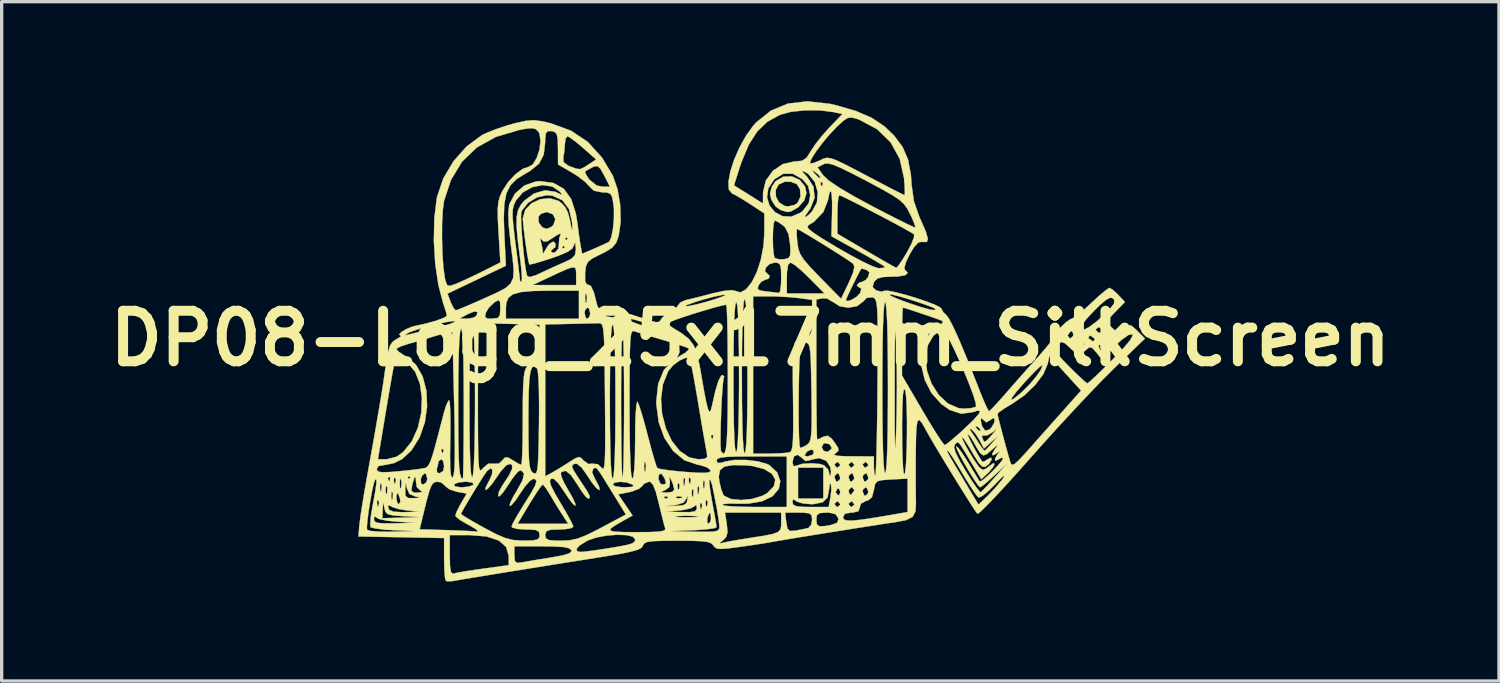
<source format=kicad_pcb>
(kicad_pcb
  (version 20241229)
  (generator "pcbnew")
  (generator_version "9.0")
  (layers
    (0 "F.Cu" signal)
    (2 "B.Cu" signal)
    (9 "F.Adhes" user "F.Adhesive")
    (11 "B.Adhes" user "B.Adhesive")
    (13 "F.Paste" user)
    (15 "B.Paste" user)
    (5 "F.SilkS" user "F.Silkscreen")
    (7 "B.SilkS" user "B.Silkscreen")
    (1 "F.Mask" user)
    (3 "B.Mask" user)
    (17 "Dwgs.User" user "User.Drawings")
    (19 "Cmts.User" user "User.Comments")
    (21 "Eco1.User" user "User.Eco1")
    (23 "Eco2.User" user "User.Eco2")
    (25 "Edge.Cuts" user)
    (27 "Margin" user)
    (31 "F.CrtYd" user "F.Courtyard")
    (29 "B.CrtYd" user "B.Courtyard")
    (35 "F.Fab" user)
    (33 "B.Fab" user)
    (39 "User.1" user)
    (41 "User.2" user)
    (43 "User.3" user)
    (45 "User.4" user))
  (footprint "DP08-Logo_25x17mm_SilkScreen"
    (layer "F.Cu")
    (at 19.565 7.151)
    (property "Reference" "DP08-Logo_25x17mm_SilkScreen" (at 0 0 0) (layer "F.SilkS") (effects (font (size 1.524 1.524) (thickness 0.3))))
    (attr through_hole)
    (fp_poly (pts (xy 1.49 -4.777) (xy 1.65 -4.578) (xy 1.693 -4.375) (xy 1.621 -4.154) (xy 1.443 -3.952) (xy 1.218 -3.826) (xy 1.116 -3.81) (xy 0.919 -3.868) (xy 0.762 -3.979) (xy 0.634 -4.181) (xy 0.593 -4.36) (xy 0.623 -4.475) (xy 0.767 -4.475) (xy 0.772 -4.277) (xy 0.865 -4.1) (xy 1.039 -3.992) (xy 1.136 -3.979) (xy 1.333 -4.024) (xy 1.422 -4.081) (xy 1.514 -4.274) (xy 1.498 -4.5) (xy 1.402 -4.652) (xy 1.231 -4.719) (xy 1.042 -4.726) (xy 0.855 -4.641) (xy 0.767 -4.475) (xy 0.623 -4.475) (xy 0.652 -4.579) (xy 0.762 -4.741) (xy 0.997 -4.877) (xy 1.256 -4.883) (xy 1.49 -4.777)) (stroke (width 0.01) (type solid)) (fill yes) (layer "F.SilkS"))
    (fp_poly (pts (xy 2.389 -7.073) (xy 2.599 -7.026) (xy 3.199 -6.85) (xy 3.67 -6.644) (xy 4.053 -6.385) (xy 4.336 -6.112) (xy 4.592 -5.769) (xy 4.754 -5.392) (xy 4.841 -4.929) (xy 4.861 -4.638) (xy 4.929 -4.143) (xy 5.101 -3.648) (xy 5.144 -3.556) (xy 5.291 -3.218) (xy 5.351 -3.009) (xy 5.324 -2.91) (xy 5.212 -2.906) (xy 5.179 -2.915) (xy 5.063 -2.892) (xy 4.927 -2.74) (xy 4.807 -2.542) (xy 4.688 -2.294) (xy 4.643 -2.124) (xy 4.659 -2.073) (xy 4.746 -1.978) (xy 4.676 -1.908) (xy 4.461 -1.869) (xy 4.279 -1.863) (xy 3.992 -1.85) (xy 3.825 -1.803) (xy 3.733 -1.707) (xy 3.727 -1.697) (xy 3.687 -1.55) (xy 3.789 -1.451) (xy 3.796 -1.447) (xy 3.955 -1.408) (xy 4.03 -1.434) (xy 4.136 -1.439) (xy 4.356 -1.398) (xy 4.649 -1.323) (xy 4.973 -1.227) (xy 5.286 -1.122) (xy 5.548 -1.023) (xy 5.717 -0.941) (xy 5.757 -0.9) (xy 5.818 -0.791) (xy 5.888 -0.727) (xy 5.982 -0.606) (xy 6.119 -0.346) (xy 6.302 0.058) (xy 6.533 0.611) (xy 6.813 1.319) (xy 6.884 1.502) (xy 7.009 1.812) (xy 7.113 2.05) (xy 7.182 2.181) (xy 7.197 2.195) (xy 7.267 2.133) (xy 7.42 1.972) (xy 7.525 1.854) (xy 7.861 1.854) (xy 7.94 1.819) (xy 8.128 1.666) (xy 8.222 1.581) (xy 8.436 1.365) (xy 8.623 1.142) (xy 8.754 0.951) (xy 8.802 0.828) (xy 8.796 0.81) (xy 8.728 0.853) (xy 8.577 0.997) (xy 8.368 1.214) (xy 8.27 1.32) (xy 8.027 1.598) (xy 7.891 1.778) (xy 7.861 1.854) (xy 7.525 1.854) (xy 7.627 1.741) (xy 7.728 1.625) (xy 8.029 1.28) (xy 8.362 0.904) (xy 8.659 0.573) (xy 8.68 0.55) (xy 8.851 0.355) (xy 9.186 0.355) (xy 9.258 0.473) (xy 9.422 0.655) (xy 9.61 0.847) (xy 9.844 1.078) (xy 10.032 1.254) (xy 10.144 1.347) (xy 10.159 1.355) (xy 10.234 1.298) (xy 10.402 1.144) (xy 10.638 0.917) (xy 10.912 0.645) (xy 11.249 0.293) (xy 11.454 0.046) (xy 11.528 -0.096) (xy 11.515 -0.127) (xy 11.399 -0.104) (xy 11.201 0.035) (xy 11.002 0.216) (xy 10.591 0.621) (xy 10.426 0.417) (xy 10.304 0.281) (xy 10.214 0.27) (xy 10.085 0.373) (xy 10.082 0.375) (xy 9.962 0.471) (xy 9.869 0.477) (xy 9.742 0.382) (xy 9.649 0.294) (xy 9.51 0.169) (xy 9.864 0.169) (xy 9.883 0.242) (xy 9.943 0.254) (xy 10.025 0.223) (xy 10.499 0.223) (xy 10.54 0.347) (xy 10.624 0.395) (xy 10.655 0.38) (xy 10.644 0.293) (xy 10.599 0.236) (xy 10.514 0.188) (xy 10.499 0.223) (xy 10.025 0.223) (xy 10.059 0.21) (xy 10.075 0.169) (xy 10.015 0.087) (xy 9.996 0.085) (xy 9.881 0.146) (xy 9.864 0.169) (xy 9.51 0.169) (xy 9.483 0.145) (xy 9.38 0.105) (xy 9.288 0.16) (xy 9.251 0.195) (xy 9.189 0.273) (xy 9.186 0.355) (xy 8.851 0.355) (xy 8.895 0.305) (xy 9.058 0.102) (xy 9.139 -0.022) (xy 9.143 -0.038) (xy 9.164 -0.08) (xy 9.567 -0.08) (xy 9.632 -0.002) (xy 9.652 0) (xy 9.687 -0.033) (xy 10.189 -0.033) (xy 10.202 0) (xy 10.314 0.082) (xy 10.339 0.085) (xy 10.364 0.057) (xy 10.704 0.057) (xy 10.772 0.149) (xy 10.842 0.169) (xy 10.92 0.113) (xy 10.922 0.099) (xy 10.867 -0.024) (xy 10.752 -0.041) (xy 10.739 -0.034) (xy 10.704 0.057) (xy 10.364 0.057) (xy 10.385 0.033) (xy 10.372 0) (xy 10.26 -0.082) (xy 10.235 -0.085) (xy 10.189 -0.033) (xy 9.687 -0.033) (xy 9.726 -0.069) (xy 9.737 -0.132) (xy 9.696 -0.22) (xy 9.652 -0.212) (xy 9.571 -0.103) (xy 9.567 -0.08) (xy 9.164 -0.08) (xy 9.202 -0.156) (xy 9.298 -0.27) (xy 9.94 -0.27) (xy 9.944 -0.261) (xy 10.039 -0.251) (xy 10.044 -0.254) (xy 10.414 -0.254) (xy 10.483 -0.18) (xy 10.546 -0.169) (xy 10.634 -0.21) (xy 10.626 -0.254) (xy 10.517 -0.335) (xy 10.494 -0.339) (xy 10.416 -0.274) (xy 10.414 -0.254) (xy 10.044 -0.254) (xy 10.219 -0.346) (xy 10.456 -0.524) (xy 10.721 -0.766) (xy 10.832 -0.882) (xy 10.962 -1.049) (xy 10.97 -1.16) (xy 10.936 -1.205) (xy 10.856 -1.232) (xy 10.731 -1.17) (xy 10.537 -1.006) (xy 10.359 -0.832) (xy 10.13 -0.585) (xy 9.984 -0.388) (xy 9.94 -0.27) (xy 9.298 -0.27) (xy 9.342 -0.322) (xy 9.509 -0.482) (xy 9.651 -0.582) (xy 9.689 -0.593) (xy 9.789 -0.648) (xy 9.974 -0.793) (xy 10.207 -1.001) (xy 10.268 -1.058) (xy 10.505 -1.277) (xy 10.698 -1.44) (xy 10.812 -1.52) (xy 10.825 -1.524) (xy 10.923 -1.468) (xy 11.074 -1.331) (xy 11.092 -1.311) (xy 11.292 -1.099) (xy 10.717 -0.506) (xy 10.901 -0.322) (xy 11.037 -0.2) (xy 11.133 -0.195) (xy 11.261 -0.297) (xy 11.382 -0.393) (xy 11.476 -0.393) (xy 11.604 -0.287) (xy 11.666 -0.226) (xy 11.895 0.003) (xy 10.954 0.912) (xy 10.632 1.233) (xy 10.227 1.653) (xy 9.768 2.141) (xy 9.282 2.668) (xy 8.797 3.203) (xy 8.466 3.575) (xy 8.061 4.031) (xy 7.69 4.44) (xy 7.369 4.786) (xy 7.112 5.053) (xy 6.935 5.225) (xy 6.853 5.287) (xy 6.85 5.287) (xy 6.788 5.206) (xy 6.658 5.007) (xy 6.475 4.72) (xy 6.259 4.373) (xy 6.026 3.995) (xy 5.794 3.613) (xy 5.672 3.41) (xy 5.937 3.41) (xy 5.968 3.475) (xy 6.043 3.609) (xy 6.176 3.834) (xy 6.381 4.177) (xy 6.431 4.262) (xy 6.878 5.009) (xy 7.172 4.727) (xy 7.392 4.495) (xy 7.588 4.257) (xy 7.634 4.191) (xy 7.664 4.126) (xy 7.596 4.175) (xy 7.445 4.327) (xy 7.384 4.393) (xy 7.169 4.608) (xy 6.991 4.752) (xy 6.884 4.798) (xy 6.877 4.795) (xy 6.798 4.702) (xy 6.659 4.498) (xy 6.484 4.218) (xy 6.392 4.064) (xy 6.215 3.769) (xy 6.07 3.539) (xy 5.977 3.406) (xy 5.956 3.387) (xy 5.937 3.388) (xy 5.937 3.41) (xy 5.672 3.41) (xy 5.598 3.287) (xy 6.141 3.287) (xy 6.191 3.45) (xy 6.325 3.712) (xy 6.481 3.977) (xy 6.664 4.27) (xy 6.816 4.494) (xy 6.917 4.62) (xy 6.942 4.637) (xy 7.019 4.566) (xy 7.174 4.404) (xy 7.366 4.191) (xy 7.74 3.768) (xy 7.359 4.128) (xy 7.152 4.316) (xy 6.995 4.446) (xy 6.928 4.487) (xy 6.861 4.42) (xy 6.742 4.247) (xy 6.594 4.009) (xy 6.442 3.749) (xy 6.311 3.507) (xy 6.225 3.326) (xy 6.206 3.248) (xy 6.266 3.295) (xy 6.385 3.456) (xy 6.54 3.698) (xy 6.567 3.742) (xy 6.726 4.006) (xy 6.849 4.208) (xy 6.913 4.309) (xy 6.916 4.312) (xy 6.987 4.282) (xy 7.129 4.164) (xy 7.304 3.998) (xy 7.469 3.823) (xy 7.587 3.679) (xy 7.62 3.613) (xy 7.569 3.593) (xy 7.493 3.641) (xy 7.39 3.691) (xy 7.373 3.633) (xy 7.444 3.504) (xy 7.472 3.471) (xy 7.533 3.396) (xy 7.476 3.43) (xy 7.429 3.465) (xy 7.31 3.528) (xy 7.291 3.478) (xy 7.372 3.337) (xy 7.428 3.266) (xy 7.462 3.211) (xy 7.388 3.263) (xy 7.297 3.343) (xy 7.136 3.482) (xy 7.027 3.526) (xy 6.931 3.46) (xy 6.812 3.269) (xy 6.726 3.111) (xy 6.624 2.949) (xy 6.553 2.879) (xy 6.551 2.879) (xy 6.568 2.944) (xy 6.644 3.105) (xy 6.754 3.315) (xy 6.87 3.522) (xy 6.967 3.679) (xy 6.995 3.716) (xy 7.073 3.698) (xy 7.152 3.642) (xy 7.256 3.592) (xy 7.276 3.648) (xy 7.203 3.768) (xy 7.18 3.793) (xy 7.08 3.872) (xy 6.991 3.865) (xy 6.886 3.753) (xy 6.738 3.515) (xy 6.689 3.429) (xy 6.544 3.188) (xy 6.432 3.02) (xy 6.378 2.963) (xy 6.39 3.027) (xy 6.467 3.188) (xy 6.586 3.401) (xy 6.72 3.623) (xy 6.843 3.807) (xy 6.908 3.889) (xy 7.01 3.961) (xy 7.121 3.916) (xy 7.194 3.855) (xy 7.323 3.762) (xy 7.363 3.78) (xy 7.318 3.878) (xy 7.194 4.026) (xy 7.164 4.055) (xy 6.962 4.245) (xy 6.642 3.71) (xy 6.462 3.409) (xy 6.349 3.229) (xy 6.281 3.146) (xy 6.235 3.135) (xy 6.19 3.173) (xy 6.166 3.199) (xy 6.141 3.287) (xy 5.598 3.287) (xy 5.58 3.257) (xy 5.403 2.954) (xy 5.279 2.734) (xy 5.266 2.709) (xy 5.164 2.532) (xy 5.091 2.454) (xy 5.042 2.49) (xy 5.011 2.653) (xy 4.995 2.957) (xy 4.988 3.416) (xy 4.987 3.476) (xy 4.986 3.932) (xy 4.986 4.358) (xy 4.988 4.71) (xy 4.992 4.942) (xy 4.993 4.959) (xy 4.979 5.214) (xy 4.893 5.376) (xy 4.702 5.474) (xy 4.374 5.537) (xy 4.36 5.539) (xy 4.142 5.571) (xy 3.799 5.624) (xy 3.364 5.692) (xy 2.87 5.77) (xy 2.352 5.853) (xy 1.843 5.935) (xy 1.376 6.011) (xy 0.986 6.076) (xy 0.706 6.124) (xy 0.593 6.144) (xy 0.411 6.175) (xy 0.117 6.22) (xy -0.233 6.271) (xy -0.326 6.284) (xy -0.675 6.33) (xy -0.894 6.345) (xy -1.019 6.329) (xy -1.088 6.278) (xy -1.113 6.24) (xy -1.171 6.177) (xy -1.204 6.165) (xy -0.923 6.165) (xy -0.895 6.176) (xy -0.804 6.153) (xy -0.64 6.119) (xy -0.365 6.07) (xy -0.035 6.017) (xy 0 6.011) (xy 0.405 5.948) (xy 0.671 5.896) (xy 0.828 5.84) (xy 0.904 5.766) (xy 0.929 5.66) (xy 0.931 5.54) (xy 0.931 5.249) (xy 1.05 5.249) (xy 1.084 5.542) (xy 1.12 5.736) (xy 1.198 5.804) (xy 1.372 5.791) (xy 1.385 5.788) (xy 1.606 5.746) (xy 1.757 5.71) (xy 1.837 5.611) (xy 1.863 5.464) (xy 1.862 5.461) (xy 1.99 5.461) (xy 2.006 5.602) (xy 2.083 5.662) (xy 2.259 5.654) (xy 2.435 5.622) (xy 2.613 5.56) (xy 2.656 5.456) (xy 2.647 5.41) (xy 2.632 5.388) (xy 2.794 5.388) (xy 2.819 5.453) (xy 2.907 5.487) (xy 3.081 5.49) (xy 3.362 5.461) (xy 3.772 5.399) (xy 4.17 5.332) (xy 4.741 5.232) (xy 4.741 4.225) (xy 4.255 4.25) (xy 3.98 4.269) (xy 3.831 4.306) (xy 3.762 4.388) (xy 3.73 4.542) (xy 3.725 4.572) (xy 3.666 4.788) (xy 3.549 4.883) (xy 3.493 4.895) (xy 3.333 4.979) (xy 3.302 5.086) (xy 3.259 5.206) (xy 3.104 5.248) (xy 3.048 5.249) (xy 2.853 5.282) (xy 2.794 5.388) (xy 2.632 5.388) (xy 2.567 5.295) (xy 2.381 5.251) (xy 2.297 5.249) (xy 2.092 5.264) (xy 2.006 5.33) (xy 1.99 5.461) (xy 1.862 5.461) (xy 1.849 5.335) (xy 1.777 5.271) (xy 1.603 5.251) (xy 1.456 5.249) (xy 1.05 5.249) (xy 0.931 5.249) (xy -0.764 5.249) (xy -0.708 5.601) (xy -0.686 5.846) (xy -0.73 5.993) (xy -0.813 6.075) (xy -0.923 6.165) (xy -1.204 6.165) (xy -1.28 6.136) (xy -1.471 6.111) (xy -1.773 6.099) (xy -2.196 6.096) (xy -2.626 6.099) (xy -2.916 6.109) (xy -3.094 6.132) (xy -3.19 6.171) (xy -3.232 6.23) (xy -3.237 6.246) (xy -3.281 6.31) (xy -3.392 6.368) (xy -3.595 6.426) (xy -3.912 6.491) (xy -4.368 6.568) (xy -4.495 6.588) (xy -5.213 6.702) (xy -5.925 6.815) (xy -6.611 6.925) (xy -7.25 7.028) (xy -7.82 7.121) (xy -8.301 7.199) (xy -8.672 7.261) (xy -8.911 7.302) (xy -8.991 7.316) (xy -9.139 7.32) (xy -9.181 7.3) (xy -9.204 7.198) (xy -9.221 6.973) (xy -9.229 6.672) (xy -9.229 6.634) (xy -9.229 6.016) (xy -10.52 5.992) (xy -11.811 5.969) (xy -11.807 5.927) (xy -9.059 5.927) (xy -9.059 6.528) (xy -9.051 6.855) (xy -9.025 7.035) (xy -8.974 7.093) (xy -8.952 7.089) (xy -8.824 7.06) (xy -8.573 7.016) (xy -8.241 6.966) (xy -8.063 6.941) (xy -7.281 6.834) (xy -7.281 6.558) (xy -7.357 6.287) (xy -7.382 6.265) (xy -7.112 6.265) (xy -7.112 6.53) (xy -7.097 6.711) (xy -7.022 6.766) (xy -6.879 6.75) (xy -6.682 6.714) (xy -6.38 6.663) (xy -6.033 6.607) (xy -5.997 6.601) (xy -5.655 6.539) (xy -5.46 6.48) (xy -5.389 6.416) (xy -5.392 6.382) (xy -5.429 6.351) (xy -5.242 6.351) (xy -5.206 6.421) (xy -5.108 6.435) (xy -4.955 6.422) (xy -4.693 6.388) (xy -4.41 6.346) (xy -4.002 6.279) (xy -3.732 6.227) (xy -3.574 6.183) (xy -3.497 6.136) (xy -3.473 6.078) (xy -3.471 6.052) (xy -3.547 5.971) (xy -3.744 5.927) (xy -4.021 5.918) (xy -4.333 5.943) (xy -4.639 6) (xy -4.895 6.088) (xy -4.914 6.098) (xy -5.141 6.237) (xy -5.242 6.351) (xy -5.429 6.351) (xy -5.459 6.325) (xy -5.625 6.288) (xy -5.914 6.27) (xy -6.274 6.265) (xy -7.112 6.265) (xy -7.382 6.265) (xy -7.582 6.09) (xy -7.951 5.969) (xy -8.458 5.927) (xy -8.472 5.927) (xy -9.059 5.927) (xy -11.807 5.927) (xy -11.788 5.688) (xy -11.557 5.688) (xy -11.55 5.769) (xy -11.45 5.801) (xy -11.224 5.821) (xy -10.915 5.827) (xy -10.811 5.825) (xy -10.118 5.808) (xy -10.753 5.779) (xy -11.066 5.757) (xy -11.109 5.752) (xy -9.967 5.752) (xy -9.111 5.779) (xy -8.75 5.792) (xy -8.461 5.806) (xy -8.278 5.818) (xy -8.234 5.824) (xy -8.213 5.801) (xy -8.281 5.742) (xy -8.453 5.64) (xy -8.551 5.588) (xy -8.755 5.468) (xy -8.876 5.367) (xy -8.89 5.337) (xy -8.873 5.288) (xy -8.721 5.288) (xy -8.652 5.342) (xy -8.466 5.456) (xy -8.197 5.611) (xy -8.022 5.708) (xy -7.662 5.898) (xy -7.391 6.014) (xy -7.157 6.074) (xy -6.907 6.094) (xy -6.837 6.094) (xy -6.56 6.089) (xy -6.414 6.06) (xy -6.357 5.995) (xy -6.35 5.927) (xy -6.181 5.927) (xy -6.161 6.024) (xy -6.075 6.075) (xy -5.884 6.094) (xy -5.704 6.096) (xy -5.449 6.084) (xy -5.217 6.036) (xy -4.956 5.937) (xy -4.662 5.792) (xy -4.22 5.792) (xy -4.088 5.824) (xy -3.805 5.837) (xy -3.441 5.839) (xy -3.019 5.836) (xy -2.745 5.821) (xy -2.678 5.808) (xy -2.413 5.808) (xy -1.672 5.825) (xy -1.316 5.83) (xy -1.097 5.822) (xy -0.981 5.793) (xy -0.937 5.737) (xy -0.931 5.677) (xy -0.952 5.47) (xy -1.01 5.118) (xy -1.104 4.638) (xy -1.151 4.414) (xy -1.197 4.276) (xy -1.233 4.253) (xy -1.236 4.348) (xy -1.211 4.568) (xy -1.161 4.868) (xy -1.144 4.961) (xy -1.084 5.281) (xy -1.039 5.534) (xy -1.017 5.677) (xy -1.016 5.69) (xy -1.094 5.721) (xy -1.302 5.75) (xy -1.6 5.774) (xy -1.714 5.779) (xy -2.413 5.808) (xy -2.678 5.808) (xy -2.599 5.792) (xy -2.559 5.746) (xy -2.562 5.736) (xy -2.599 5.607) (xy -2.613 5.554) (xy -1.299 5.554) (xy -1.262 5.588) (xy -1.2 5.517) (xy -1.185 5.419) (xy -1.199 5.281) (xy -1.218 5.249) (xy -1.262 5.319) (xy -1.295 5.419) (xy -1.299 5.554) (xy -2.613 5.554) (xy -2.659 5.374) (xy -2.283 5.374) (xy -2.192 5.385) (xy -1.971 5.391) (xy -1.905 5.391) (xy -1.665 5.387) (xy -1.556 5.376) (xy -1.596 5.361) (xy -1.632 5.357) (xy -1.931 5.343) (xy -2.215 5.356) (xy -2.224 5.358) (xy -2.283 5.374) (xy -2.659 5.374) (xy -2.662 5.362) (xy -2.697 5.219) (xy -2.582 5.219) (xy -2.095 5.234) (xy -1.817 5.235) (xy -1.669 5.21) (xy -1.614 5.147) (xy -1.61 5.101) (xy -1.628 5.031) (xy -1.517 5.031) (xy -1.502 5.14) (xy -1.473 5.142) (xy -1.453 5.028) (xy -1.466 4.979) (xy -1.504 4.947) (xy -1.517 5.031) (xy -1.628 5.031) (xy -1.632 5.013) (xy -1.675 5.053) (xy -1.791 5.118) (xy -2.014 5.169) (xy -2.161 5.186) (xy -2.582 5.219) (xy -2.697 5.219) (xy -2.736 5.058) (xy -2.582 5.058) (xy -2.244 5.048) (xy -2.022 5.027) (xy -1.921 4.963) (xy -1.917 4.946) (xy -1.348 4.946) (xy -1.332 5.056) (xy -1.304 5.057) (xy -1.283 4.944) (xy -1.297 4.895) (xy -1.334 4.863) (xy -1.348 4.946) (xy -1.917 4.946) (xy -1.894 4.846) (xy -1.891 4.731) (xy -1.911 4.78) (xy -1.92 4.82) (xy -2.012 4.95) (xy -2.231 5.017) (xy -2.27 5.022) (xy -2.582 5.058) (xy -2.736 5.058) (xy -2.738 5.047) (xy -2.756 4.974) (xy -2.809 4.77) (xy -2.596 4.77) (xy -2.585 4.82) (xy -2.54 4.826) (xy -2.494 4.806) (xy -2.249 4.806) (xy -2.166 4.819) (xy -2.056 4.804) (xy -2.055 4.775) (xy -2.168 4.755) (xy -2.217 4.768) (xy -2.249 4.806) (xy -2.494 4.806) (xy -2.47 4.795) (xy -2.484 4.77) (xy -2.584 4.759) (xy -2.596 4.77) (xy -2.809 4.77) (xy -2.838 4.657) (xy -1.765 4.657) (xy -1.751 4.777) (xy -1.722 4.763) (xy -1.711 4.589) (xy -1.716 4.572) (xy -1.595 4.572) (xy -1.582 4.692) (xy -1.553 4.678) (xy -1.541 4.504) (xy -1.553 4.466) (xy -1.583 4.456) (xy -1.595 4.572) (xy -1.716 4.572) (xy -1.722 4.551) (xy -1.753 4.54) (xy -1.765 4.657) (xy -2.838 4.657) (xy -2.846 4.627) (xy -2.847 4.625) (xy -2.684 4.625) (xy -2.651 4.646) (xy -2.519 4.651) (xy -2.346 4.622) (xy -2.292 4.551) (xy -2.32 4.438) (xy -2.195 4.438) (xy -2.179 4.548) (xy -2.15 4.549) (xy -2.13 4.436) (xy -2.143 4.387) (xy -2.181 4.355) (xy -2.195 4.438) (xy -2.32 4.438) (xy -2.331 4.391) (xy -2.361 4.318) (xy -2.019 4.318) (xy -2.005 4.438) (xy -1.976 4.424) (xy -1.975 4.403) (xy -1.426 4.403) (xy -1.413 4.523) (xy -1.383 4.508) (xy -1.372 4.335) (xy -1.383 4.297) (xy -1.414 4.286) (xy -1.426 4.403) (xy -1.975 4.403) (xy -1.966 4.269) (xy -1.856 4.269) (xy -1.84 4.378) (xy -1.812 4.38) (xy -1.791 4.266) (xy -1.805 4.217) (xy -1.842 4.185) (xy -1.856 4.269) (xy -1.966 4.269) (xy -1.965 4.25) (xy -1.976 4.212) (xy -2.007 4.202) (xy -2.019 4.318) (xy -2.361 4.318) (xy -2.378 4.276) (xy -2.435 4.167) (xy -2.438 4.212) (xy -2.421 4.302) (xy -2.44 4.481) (xy -2.568 4.572) (xy -2.684 4.625) (xy -2.847 4.625) (xy -2.926 4.421) (xy -3.007 4.329) (xy -3.054 4.318) (xy -3.204 4.38) (xy -3.246 4.439) (xy -3.352 4.53) (xy -3.56 4.611) (xy -3.637 4.63) (xy -3.982 4.699) (xy -3.765 5.018) (xy -3.548 5.337) (xy -3.812 5.484) (xy -4.072 5.632) (xy -4.211 5.731) (xy -4.22 5.792) (xy -4.662 5.792) (xy -4.618 5.77) (xy -4.488 5.702) (xy -3.75 5.307) (xy -4.172 4.622) (xy -4.307 4.403) (xy -4.149 4.403) (xy -4.073 4.454) (xy -3.884 4.483) (xy -3.789 4.486) (xy -3.575 4.475) (xy -3.516 4.441) (xy -3.556 4.403) (xy -3.722 4.341) (xy -3.92 4.322) (xy -4.085 4.344) (xy -4.149 4.403) (xy -4.307 4.403) (xy -4.38 4.285) (xy -4.516 4.068) (xy -4.6 3.948) (xy -4.651 3.901) (xy -4.689 3.903) (xy -4.733 3.932) (xy -4.738 3.935) (xy -4.767 4.041) (xy -4.671 4.252) (xy -4.653 4.282) (xy -4.56 4.461) (xy -4.543 4.563) (xy -4.558 4.572) (xy -4.644 4.505) (xy -4.781 4.333) (xy -4.901 4.151) (xy -5.085 3.889) (xy -5.225 3.778) (xy -5.289 3.778) (xy -5.357 3.813) (xy -5.372 3.87) (xy -5.323 3.98) (xy -5.199 4.177) (xy -5.066 4.376) (xy -4.906 4.622) (xy -4.837 4.76) (xy -4.85 4.818) (xy -4.893 4.826) (xy -4.969 4.759) (xy -5.097 4.586) (xy -5.211 4.404) (xy -5.407 4.117) (xy -5.562 3.99) (xy -5.681 4.019) (xy -5.711 4.057) (xy -5.695 4.165) (xy -5.605 4.366) (xy -5.491 4.566) (xy -5.356 4.801) (xy -5.277 4.976) (xy -5.269 5.043) (xy -5.333 5.002) (xy -5.456 4.848) (xy -5.605 4.625) (xy -5.79 4.357) (xy -5.924 4.233) (xy -6.007 4.231) (xy -6.043 4.3) (xy -6.006 4.44) (xy -5.887 4.675) (xy -5.727 4.947) (xy -5.552 5.244) (xy -5.417 5.489) (xy -5.342 5.645) (xy -5.334 5.676) (xy -5.41 5.722) (xy -5.605 5.752) (xy -5.757 5.757) (xy -6.011 5.766) (xy -6.138 5.804) (xy -6.179 5.888) (xy -6.181 5.927) (xy -6.35 5.927) (xy -6.372 5.825) (xy -6.467 5.774) (xy -6.675 5.758) (xy -6.773 5.757) (xy -7.015 5.742) (xy -7.168 5.704) (xy -7.197 5.674) (xy -7.162 5.588) (xy -7.016 5.588) (xy -5.487 5.588) (xy -5.666 5.313) (xy -5.832 5.05) (xy -6.005 4.761) (xy -6.029 4.72) (xy -6.15 4.527) (xy -6.24 4.416) (xy -6.26 4.406) (xy -6.322 4.475) (xy -6.447 4.655) (xy -6.609 4.912) (xy -6.662 4.998) (xy -7.016 5.588) (xy -7.162 5.588) (xy -7.154 5.568) (xy -7.039 5.36) (xy -6.875 5.089) (xy -6.816 4.995) (xy -6.604 4.655) (xy -6.483 4.431) (xy -6.446 4.3) (xy -6.485 4.242) (xy -6.549 4.233) (xy -6.651 4.3) (xy -6.801 4.474) (xy -6.933 4.668) (xy -7.082 4.888) (xy -7.199 5.025) (xy -7.253 5.052) (xy -7.238 4.96) (xy -7.148 4.773) (xy -7.031 4.578) (xy -6.864 4.273) (xy -6.82 4.074) (xy -6.901 3.984) (xy -6.948 3.979) (xy -7.032 4.046) (xy -7.168 4.219) (xy -7.298 4.417) (xy -7.443 4.63) (xy -7.553 4.751) (xy -7.601 4.757) (xy -7.578 4.627) (xy -7.48 4.441) (xy -7.469 4.425) (xy -7.273 4.127) (xy -7.179 3.934) (xy -7.179 3.823) (xy -7.235 3.781) (xy -7.357 3.823) (xy -7.528 4.014) (xy -7.623 4.154) (xy -7.787 4.386) (xy -7.911 4.528) (xy -7.981 4.568) (xy -7.977 4.498) (xy -7.883 4.309) (xy -7.867 4.283) (xy -7.785 4.094) (xy -7.775 3.958) (xy -7.827 3.913) (xy -7.933 3.994) (xy -7.939 4.001) (xy -8.024 4.123) (xy -8.158 4.334) (xy -8.319 4.592) (xy -8.479 4.858) (xy -8.616 5.09) (xy -8.702 5.246) (xy -8.721 5.288) (xy -8.873 5.288) (xy -8.85 5.22) (xy -8.751 5.025) (xy -8.718 4.968) (xy -8.546 4.676) (xy -8.85 4.62) (xy -9.063 4.551) (xy -9.192 4.456) (xy -9.2 4.44) (xy -9.243 4.403) (xy -8.932 4.403) (xy -8.897 4.461) (xy -8.725 4.487) (xy -8.688 4.487) (xy -8.476 4.465) (xy -8.347 4.411) (xy -8.34 4.403) (xy -8.375 4.345) (xy -8.547 4.319) (xy -8.584 4.318) (xy -8.796 4.34) (xy -8.925 4.394) (xy -8.932 4.403) (xy -9.243 4.403) (xy -9.312 4.342) (xy -9.432 4.318) (xy -9.527 4.337) (xy -9.601 4.415) (xy -9.671 4.583) (xy -9.752 4.873) (xy -9.792 5.035) (xy -9.967 5.752) (xy -11.109 5.752) (xy -11.309 5.727) (xy -11.437 5.694) (xy -11.444 5.69) (xy -11.456 5.583) (xy -11.443 5.44) (xy -11.344 5.44) (xy -11.325 5.515) (xy -11.245 5.557) (xy -11.069 5.574) (xy -10.764 5.573) (xy -10.689 5.571) (xy -10.033 5.555) (xy -10.623 5.525) (xy -10.938 5.495) (xy -11.172 5.448) (xy -11.228 5.419) (xy -11.091 5.419) (xy -9.948 5.386) (xy -10.472 5.356) (xy -10.761 5.335) (xy -10.922 5.299) (xy -10.997 5.229) (xy -11.03 5.106) (xy -11.031 5.097) (xy -11.038 5.056) (xy -10.922 5.056) (xy -10.886 5.165) (xy -10.756 5.222) (xy -10.501 5.237) (xy -10.379 5.235) (xy -9.948 5.22) (xy -10.328 5.186) (xy -10.583 5.147) (xy -10.774 5.088) (xy -10.815 5.064) (xy -10.906 5.024) (xy -10.922 5.056) (xy -11.038 5.056) (xy -11.055 4.96) (xy -11.069 4.977) (xy -11.079 5.144) (xy -11.091 5.419) (xy -11.228 5.419) (xy -11.278 5.393) (xy -11.331 5.357) (xy -11.344 5.44) (xy -11.443 5.44) (xy -11.436 5.358) (xy -11.388 5.062) (xy -11.383 5.038) (xy -11.366 4.946) (xy -11.254 4.946) (xy -11.238 5.056) (xy -11.21 5.057) (xy -11.189 4.944) (xy -11.203 4.895) (xy -11.24 4.863) (xy -11.254 4.946) (xy -11.366 4.946) (xy -11.328 4.741) (xy -10.824 4.741) (xy -10.811 4.862) (xy -10.781 4.847) (xy -10.78 4.826) (xy -10.668 4.826) (xy -10.636 4.964) (xy -10.591 4.995) (xy -10.548 4.928) (xy -10.559 4.826) (xy -10.608 4.689) (xy -10.636 4.657) (xy -10.662 4.728) (xy -10.668 4.826) (xy -10.78 4.826) (xy -10.77 4.674) (xy -10.781 4.636) (xy -10.812 4.625) (xy -10.824 4.741) (xy -11.328 4.741) (xy -11.307 4.629) (xy -11.287 4.487) (xy -11.163 4.487) (xy -11.149 4.608) (xy -11.12 4.593) (xy -11.119 4.572) (xy -10.993 4.572) (xy -10.98 4.692) (xy -10.951 4.678) (xy -10.942 4.551) (xy -10.401 4.551) (xy -10.396 4.739) (xy -10.32 4.809) (xy -10.139 4.813) (xy -9.969 4.803) (xy -9.96 4.789) (xy -10.091 4.766) (xy -10.277 4.688) (xy -10.318 4.589) (xy -10.215 4.589) (xy -10.142 4.645) (xy -10.013 4.647) (xy -9.885 4.63) (xy -9.915 4.602) (xy -9.927 4.598) (xy -10.049 4.487) (xy -10.075 4.34) (xy -10.083 4.233) (xy -9.931 4.233) (xy -9.924 4.375) (xy -9.856 4.403) (xy -9.759 4.332) (xy -9.737 4.233) (xy -9.768 4.096) (xy -9.811 4.064) (xy -9.891 4.134) (xy -9.931 4.233) (xy -10.083 4.233) (xy -10.087 4.18) (xy -10.121 4.187) (xy -10.176 4.36) (xy -10.192 4.424) (xy -10.215 4.589) (xy -10.318 4.589) (xy -10.354 4.503) (xy -10.378 4.368) (xy -10.391 4.386) (xy -10.401 4.551) (xy -10.942 4.551) (xy -10.939 4.504) (xy -10.951 4.466) (xy -10.981 4.456) (xy -10.993 4.572) (xy -11.119 4.572) (xy -11.109 4.42) (xy -11.12 4.381) (xy -11.151 4.371) (xy -11.163 4.487) (xy -11.287 4.487) (xy -11.27 4.372) (xy -11.271 4.251) (xy -11.305 4.249) (xy -11.345 4.357) (xy -11.397 4.582) (xy -11.451 4.876) (xy -11.502 5.191) (xy -11.539 5.478) (xy -11.557 5.688) (xy -11.788 5.688) (xy -11.783 5.63) (xy -11.757 5.418) (xy -11.707 5.083) (xy -11.64 4.671) (xy -11.564 4.233) (xy -10.922 4.233) (xy -10.891 4.303) (xy -10.866 4.29) (xy -10.863 4.269) (xy -10.746 4.269) (xy -10.73 4.378) (xy -10.702 4.38) (xy -10.698 4.36) (xy -10.567 4.36) (xy -10.558 4.505) (xy -10.531 4.518) (xy -10.528 4.51) (xy -10.511 4.342) (xy -10.525 4.256) (xy -10.552 4.222) (xy -10.566 4.334) (xy -10.567 4.36) (xy -10.698 4.36) (xy -10.681 4.266) (xy -10.695 4.217) (xy -10.726 4.191) (xy -10.329 4.191) (xy -10.287 4.233) (xy -10.245 4.191) (xy -10.287 4.149) (xy -10.329 4.191) (xy -10.726 4.191) (xy -10.732 4.185) (xy -10.746 4.269) (xy -10.863 4.269) (xy -10.855 4.189) (xy -10.866 4.177) (xy -10.916 4.189) (xy -10.922 4.233) (xy -11.564 4.233) (xy -11.563 4.226) (xy -11.556 4.191) (xy -11.51 3.936) (xy -11.261 3.936) (xy -11.231 4.003) (xy -11.118 4.032) (xy -10.888 4.028) (xy -10.732 4.016) (xy -10.4 3.985) (xy -10.096 3.951) (xy -9.936 3.93) (xy -9.935 3.93) (xy -9.449 3.93) (xy -9.442 4.043) (xy -9.365 4.064) (xy -9.254 3.992) (xy -9.229 3.852) (xy -9.258 3.693) (xy -9.313 3.641) (xy -9.396 3.7) (xy -9.398 3.718) (xy -9.426 3.86) (xy -9.449 3.93) (xy -9.935 3.93) (xy -9.844 3.917) (xy -9.771 3.893) (xy -9.71 3.838) (xy -9.652 3.731) (xy -9.586 3.549) (xy -9.539 3.387) (xy -9.313 3.387) (xy -9.282 3.456) (xy -9.257 3.443) (xy -9.247 3.343) (xy -9.257 3.33) (xy -9.307 3.342) (xy -9.313 3.387) (xy -9.539 3.387) (xy -9.505 3.272) (xy -9.401 2.878) (xy -9.263 2.347) (xy -9.231 2.223) (xy -9.162 2.005) (xy -9.098 1.877) (xy -9.077 1.863) (xy -9.057 1.942) (xy -9.044 2.161) (xy -9.038 2.488) (xy -9.04 2.895) (xy -9.043 3.056) (xy -9.05 3.554) (xy -9.045 3.899) (xy -9.027 4.106) (xy -8.995 4.19) (xy -8.971 4.189) (xy -8.94 4.117) (xy -8.919 3.937) (xy -8.907 3.637) (xy -8.905 3.204) (xy -8.912 2.625) (xy -8.925 2.001) (xy -8.927 1.938) (xy -8.805 1.938) (xy -8.804 2.635) (xy -8.799 3.179) (xy -8.789 3.589) (xy -8.774 3.882) (xy -8.752 4.074) (xy -8.722 4.185) (xy -8.683 4.23) (xy -8.664 4.233) (xy -8.657 4.152) (xy -8.65 3.924) (xy -8.644 3.569) (xy -8.64 3.111) (xy -8.637 2.571) (xy -8.636 1.97) (xy -8.636 1.942) (xy -8.636 1.91) (xy -8.467 1.91) (xy -8.464 2.687) (xy -8.455 3.306) (xy -8.44 3.764) (xy -8.419 4.058) (xy -8.393 4.186) (xy -8.382 4.191) (xy -8.355 4.09) (xy -8.333 3.83) (xy -8.316 3.422) (xy -8.304 2.875) (xy -8.298 2.201) (xy -8.297 1.858) (xy -8.297 1.856) (xy -8.211 1.856) (xy -8.21 2.529) (xy -8.207 3.051) (xy -8.202 3.437) (xy -8.192 3.706) (xy -8.178 3.874) (xy -8.156 3.959) (xy -8.127 3.978) (xy -8.088 3.947) (xy -8.059 3.912) (xy -7.897 3.773) (xy -7.752 3.777) (xy -7.575 3.77) (xy -7.484 3.685) (xy -7.392 3.586) (xy -7.292 3.592) (xy -7.16 3.671) (xy -6.996 3.77) (xy -6.903 3.81) (xy -6.888 3.73) (xy -6.875 3.508) (xy -6.865 3.173) (xy -6.859 2.751) (xy -6.858 2.456) (xy -6.689 2.456) (xy -6.687 3.002) (xy -6.681 3.403) (xy -6.669 3.683) (xy -6.647 3.866) (xy -6.614 3.975) (xy -6.568 4.035) (xy -6.54 4.054) (xy -6.488 4.073) (xy -6.45 4.049) (xy -6.422 3.961) (xy -6.402 3.788) (xy -6.388 3.509) (xy -6.378 3.102) (xy -6.369 2.561) (xy -6.366 2.034) (xy -6.371 1.58) (xy -6.384 1.223) (xy -6.404 0.99) (xy -6.425 0.907) (xy -6.513 0.847) (xy -6.58 0.874) (xy -6.628 1.005) (xy -6.661 1.253) (xy -6.68 1.634) (xy -6.688 2.162) (xy -6.689 2.456) (xy -6.858 2.456) (xy -6.858 2.398) (xy -6.856 1.859) (xy -6.847 1.464) (xy -6.829 1.187) (xy -6.801 1.004) (xy -6.759 0.889) (xy -6.723 0.838) (xy -6.573 0.739) (xy -6.469 0.734) (xy -6.405 0.727) (xy -6.368 0.623) (xy -6.352 0.397) (xy -6.35 0.184) (xy -6.35 -0.412) (xy -6.717 -0.423) (xy -6.181 -0.423) (xy -6.181 4.155) (xy -5.99 4.053) (xy -5.8 3.943) (xy -5.554 3.79) (xy -5.473 3.737) (xy -5.27 3.61) (xy -5.156 3.572) (xy -5.078 3.617) (xy -5.032 3.676) (xy -4.875 3.786) (xy -4.77 3.774) (xy -4.597 3.79) (xy -4.491 3.89) (xy -4.452 3.929) (xy -4.422 3.92) (xy -4.4 3.845) (xy -4.385 3.687) (xy -4.376 3.43) (xy -4.373 3.056) (xy -4.374 2.549) (xy -4.379 1.905) (xy -4.233 1.905) (xy -4.23 2.663) (xy -4.221 3.279) (xy -4.207 3.748) (xy -4.187 4.063) (xy -4.161 4.218) (xy -4.149 4.233) (xy -4.121 4.15) (xy -4.099 3.903) (xy -4.082 3.5) (xy -4.07 2.947) (xy -4.065 2.25) (xy -4.064 1.947) (xy -3.895 1.947) (xy -3.893 2.551) (xy -3.889 3.092) (xy -3.882 3.551) (xy -3.873 3.905) (xy -3.862 4.134) (xy -3.85 4.217) (xy -3.849 4.216) (xy -3.837 4.123) (xy -3.826 3.883) (xy -3.817 3.519) (xy -3.81 3.054) (xy -3.806 2.51) (xy -3.804 1.981) (xy -3.641 1.981) (xy -3.638 2.723) (xy -3.628 3.325) (xy -3.613 3.78) (xy -3.592 4.082) (xy -3.566 4.223) (xy -3.556 4.233) (xy -2.771 4.233) (xy -2.715 4.371) (xy -2.649 4.403) (xy -2.548 4.381) (xy -2.54 4.367) (xy -2.566 4.268) (xy -2.591 4.198) (xy -2.617 4.162) (xy -0.95 4.162) (xy -0.931 4.322) (xy -0.874 4.556) (xy -0.811 4.716) (xy -0.793 4.74) (xy -0.584 4.839) (xy -0.282 4.87) (xy 0.055 4.837) (xy 0.365 4.743) (xy 0.508 4.663) (xy 0.709 4.459) (xy 0.753 4.259) (xy 0.652 4.079) (xy 0.418 3.936) (xy 0.063 3.845) (xy -0.12 3.826) (xy -0.522 3.817) (xy -0.779 3.862) (xy -0.915 3.973) (xy -0.95 4.162) (xy -2.617 4.162) (xy -2.679 4.075) (xy -2.754 4.104) (xy -2.771 4.233) (xy -3.556 4.233) (xy -3.521 4.151) (xy -3.494 3.916) (xy -3.491 3.852) (xy -3.201 3.852) (xy -3.192 3.997) (xy -3.165 4.01) (xy -3.162 4.002) (xy -3.145 3.834) (xy -3.159 3.748) (xy -3.186 3.714) (xy -3.2 3.826) (xy -3.201 3.852) (xy -3.491 3.852) (xy -3.477 3.542) (xy -3.471 3.046) (xy -3.471 3.031) (xy -3.467 2.61) (xy -3.454 2.265) (xy -3.435 2.022) (xy -3.411 1.911) (xy -3.4 1.909) (xy -3.352 2.02) (xy -3.275 2.258) (xy -3.18 2.588) (xy -3.092 2.921) (xy -2.993 3.297) (xy -2.904 3.611) (xy -2.837 3.826) (xy -2.803 3.907) (xy -2.701 3.937) (xy -2.471 3.972) (xy -2.151 4.007) (xy -1.958 4.023) (xy -1.583 4.048) (xy -1.349 4.051) (xy -1.23 4.031) (xy -1.199 3.987) (xy -1.203 3.968) (xy -1.304 3.886) (xy -1.51 3.819) (xy -1.596 3.804) (xy -1.961 3.679) (xy -1.016 3.679) (xy -0.987 3.754) (xy -0.872 3.747) (xy -0.754 3.71) (xy -0.479 3.662) (xy -0.129 3.662) (xy 0.224 3.705) (xy 0.507 3.784) (xy 0.577 3.82) (xy 0.812 4.041) (xy 0.904 4.304) (xy 0.86 4.533) (xy 0.669 4.758) (xy 0.348 4.911) (xy -0.075 4.981) (xy -0.352 4.981) (xy -0.616 4.976) (xy -0.795 4.991) (xy -0.847 5.016) (xy -0.768 5.042) (xy -0.553 5.062) (xy -0.235 5.075) (xy 0.127 5.08) (xy 1.101 5.08) (xy 1.101 4.936) (xy 1.27 4.936) (xy 1.296 5.015) (xy 1.398 5.059) (xy 1.612 5.078) (xy 1.816 5.08) (xy 2.363 5.08) (xy 2.379 4.995) (xy 2.54 4.995) (xy 2.604 5.078) (xy 2.625 5.08) (xy 2.707 5.016) (xy 2.709 4.995) (xy 2.963 4.995) (xy 3.028 5.078) (xy 3.048 5.08) (xy 3.13 5.016) (xy 3.133 4.995) (xy 3.068 4.913) (xy 3.048 4.911) (xy 2.966 4.975) (xy 2.963 4.995) (xy 2.709 4.995) (xy 2.645 4.913) (xy 2.625 4.911) (xy 2.542 4.975) (xy 2.54 4.995) (xy 2.379 4.995) (xy 2.418 4.788) (xy 2.435 4.632) (xy 2.574 4.632) (xy 2.586 4.663) (xy 2.668 4.738) (xy 2.708 4.652) (xy 2.709 4.619) (xy 2.963 4.619) (xy 3.004 4.707) (xy 3.048 4.699) (xy 3.112 4.614) (xy 3.387 4.614) (xy 3.432 4.727) (xy 3.471 4.741) (xy 3.546 4.673) (xy 3.556 4.614) (xy 3.51 4.502) (xy 3.471 4.487) (xy 3.396 4.556) (xy 3.387 4.614) (xy 3.112 4.614) (xy 3.129 4.591) (xy 3.133 4.567) (xy 3.068 4.49) (xy 3.048 4.487) (xy 2.974 4.556) (xy 2.963 4.619) (xy 2.709 4.619) (xy 2.709 4.609) (xy 2.668 4.522) (xy 2.623 4.531) (xy 2.574 4.632) (xy 2.435 4.632) (xy 2.443 4.56) (xy 2.431 4.395) (xy 2.428 4.386) (xy 2.397 4.38) (xy 2.378 4.51) (xy 2.377 4.534) (xy 2.329 4.792) (xy 2.182 4.938) (xy 1.911 4.993) (xy 1.82 4.995) (xy 1.576 4.972) (xy 1.398 4.914) (xy 1.372 4.894) (xy 1.289 4.844) (xy 1.27 4.936) (xy 1.101 4.936) (xy 1.101 3.895) (xy 1.439 3.895) (xy 1.439 4.826) (xy 2.201 4.826) (xy 2.201 4.191) (xy 2.54 4.191) (xy 2.586 4.304) (xy 2.625 4.318) (xy 2.7 4.249) (xy 2.709 4.191) (xy 2.963 4.191) (xy 3.009 4.304) (xy 3.048 4.318) (xy 3.123 4.249) (xy 3.133 4.191) (xy 3.387 4.191) (xy 3.432 4.304) (xy 3.471 4.318) (xy 3.546 4.249) (xy 3.556 4.191) (xy 3.51 4.078) (xy 3.471 4.064) (xy 3.396 4.133) (xy 3.387 4.191) (xy 3.133 4.191) (xy 3.087 4.078) (xy 3.048 4.064) (xy 2.973 4.133) (xy 2.963 4.191) (xy 2.709 4.191) (xy 2.664 4.078) (xy 2.625 4.064) (xy 2.55 4.133) (xy 2.54 4.191) (xy 2.201 4.191) (xy 2.201 3.895) (xy 1.439 3.895) (xy 1.101 3.895) (xy 1.101 3.735) (xy 1.27 3.735) (xy 1.304 3.852) (xy 1.376 3.839) (xy 1.569 3.78) (xy 1.839 3.762) (xy 2.099 3.785) (xy 2.223 3.824) (xy 2.347 3.951) (xy 2.371 4.039) (xy 2.393 4.134) (xy 2.417 4.13) (xy 2.434 4.023) (xy 2.41 3.871) (xy 2.37 3.81) (xy 2.54 3.81) (xy 2.604 3.892) (xy 2.625 3.895) (xy 2.707 3.83) (xy 2.709 3.81) (xy 2.963 3.81) (xy 3.028 3.892) (xy 3.048 3.895) (xy 3.13 3.83) (xy 3.133 3.81) (xy 3.387 3.81) (xy 3.451 3.892) (xy 3.471 3.895) (xy 3.554 3.83) (xy 3.556 3.81) (xy 3.492 3.728) (xy 3.471 3.725) (xy 3.389 3.79) (xy 3.387 3.81) (xy 3.133 3.81) (xy 3.068 3.728) (xy 3.048 3.725) (xy 2.966 3.79) (xy 2.963 3.81) (xy 2.709 3.81) (xy 2.645 3.728) (xy 2.625 3.725) (xy 2.542 3.79) (xy 2.54 3.81) (xy 2.37 3.81) (xy 2.289 3.687) (xy 2.079 3.607) (xy 1.839 3.653) (xy 1.815 3.666) (xy 1.664 3.695) (xy 1.558 3.602) (xy 1.459 3.53) (xy 1.634 3.53) (xy 1.711 3.556) (xy 1.72 3.556) (xy 1.867 3.512) (xy 1.901 3.477) (xy 1.912 3.378) (xy 1.828 3.351) (xy 1.712 3.409) (xy 1.693 3.43) (xy 1.634 3.53) (xy 1.459 3.53) (xy 1.426 3.505) (xy 1.315 3.558) (xy 1.27 3.735) (xy 1.101 3.735) (xy 1.101 3.556) (xy 0.042 3.556) (xy -0.409 3.559) (xy -0.715 3.571) (xy -0.902 3.594) (xy -0.994 3.631) (xy -1.016 3.679) (xy -1.961 3.679) (xy -1.987 3.67) (xy -2.322 3.395) (xy -2.586 3.005) (xy -2.761 2.525) (xy -2.833 1.978) (xy -2.834 1.905) (xy -2.825 1.819) (xy -2.691 1.819) (xy -2.659 2.27) (xy -2.547 2.703) (xy -2.367 3.087) (xy -2.128 3.391) (xy -1.842 3.585) (xy -1.573 3.641) (xy -1.373 3.629) (xy -1.299 3.573) (xy -1.31 3.45) (xy -1.338 3.303) (xy -1.388 3.022) (xy -1.399 2.963) (xy -1.185 2.963) (xy -1.154 3.033) (xy -1.129 3.02) (xy -1.119 2.919) (xy -1.129 2.907) (xy -1.179 2.919) (xy -1.185 2.963) (xy -1.399 2.963) (xy -1.454 2.643) (xy -1.529 2.198) (xy -1.57 1.95) (xy -1.647 1.499) (xy -1.717 1.11) (xy -1.775 0.813) (xy -1.814 0.636) (xy -1.827 0.6) (xy -1.948 0.585) (xy -2.13 0.664) (xy -2.322 0.805) (xy -2.47 0.978) (xy -2.475 0.987) (xy -2.633 1.381) (xy -2.691 1.819) (xy -2.825 1.819) (xy -2.776 1.368) (xy -2.604 0.951) (xy -2.313 0.644) (xy -2.134 0.536) (xy -1.942 0.421) (xy -1.852 0.33) (xy -1.859 0.298) (xy -1.977 0.251) (xy -2.214 0.172) (xy -2.528 0.076) (xy -2.661 0.037) (xy -2.999 -0.063) (xy -3.286 -0.149) (xy -3.473 -0.209) (xy -3.507 -0.221) (xy -3.547 -0.222) (xy -3.579 -0.179) (xy -3.602 -0.074) (xy -3.619 0.112) (xy -3.63 0.396) (xy -3.637 0.795) (xy -3.64 1.33) (xy -3.641 1.981) (xy -3.804 1.981) (xy -3.804 1.947) (xy -3.806 1.351) (xy -3.81 0.811) (xy -3.818 0.351) (xy -3.827 -0.006) (xy -3.838 -0.238) (xy -3.849 -0.322) (xy -3.861 -0.253) (xy -3.872 -0.036) (xy -3.881 0.309) (xy -3.888 0.759) (xy -3.893 1.294) (xy -3.895 1.892) (xy -3.895 1.947) (xy -4.064 1.947) (xy -4.064 1.905) (xy -4.067 1.147) (xy -4.076 0.531) (xy -4.091 0.062) (xy -4.111 -0.253) (xy -4.136 -0.408) (xy -4.149 -0.423) (xy -4.176 -0.34) (xy -4.199 -0.093) (xy -4.216 0.31) (xy -4.227 0.863) (xy -4.233 1.56) (xy -4.233 1.905) (xy -4.379 1.905) (xy -4.379 1.892) (xy -4.38 1.799) (xy -4.386 1.122) (xy -4.393 0.595) (xy -4.401 0.2) (xy -4.414 -0.082) (xy -4.431 -0.27) (xy -4.456 -0.383) (xy -4.488 -0.439) (xy -4.531 -0.459) (xy -4.57 -0.46) (xy -4.732 -0.455) (xy -5.011 -0.448) (xy -5.354 -0.441) (xy -5.461 -0.438) (xy -6.181 -0.423) (xy -6.717 -0.423) (xy -7.246 -0.439) (xy -7.617 -0.447) (xy -7.921 -0.447) (xy -8.119 -0.44) (xy -8.178 -0.43) (xy -8.187 -0.34) (xy -8.195 -0.102) (xy -8.202 0.26) (xy -8.207 0.724) (xy -8.21 1.267) (xy -8.211 1.856) (xy -8.297 1.856) (xy -8.3 1.109) (xy -8.31 0.502) (xy -8.325 0.042) (xy -8.345 -0.265) (xy -8.371 -0.411) (xy -8.382 -0.423) (xy -8.41 -0.34) (xy -8.432 -0.093) (xy -8.449 0.31) (xy -8.46 0.863) (xy -8.466 1.561) (xy -8.467 1.91) (xy -8.636 1.91) (xy -8.639 1.173) (xy -8.648 0.563) (xy -8.663 0.113) (xy -8.684 -0.173) (xy -8.711 -0.293) (xy -8.721 -0.296) (xy -8.748 -0.195) (xy -8.771 0.064) (xy -8.788 0.471) (xy -8.799 1.014) (xy -8.805 1.682) (xy -8.805 1.938) (xy -8.927 1.938) (xy -8.939 1.417) (xy -8.952 0.89) (xy -8.962 0.444) (xy -8.97 0.1) (xy -8.974 -0.116) (xy -8.976 -0.182) (xy -9.048 -0.188) (xy -9.238 -0.148) (xy -9.461 -0.085) (xy -9.803 0.019) (xy -10.143 0.118) (xy -10.308 0.164) (xy -10.526 0.235) (xy -10.654 0.301) (xy -10.668 0.323) (xy -10.601 0.398) (xy -10.433 0.51) (xy -10.373 0.544) (xy -10.077 0.793) (xy -9.874 1.15) (xy -9.762 1.58) (xy -9.742 2.051) (xy -9.81 2.529) (xy -9.967 2.98) (xy -10.211 3.371) (xy -10.491 3.635) (xy -10.738 3.758) (xy -10.994 3.81) (xy -10.999 3.81) (xy -11.205 3.846) (xy -11.261 3.936) (xy -11.51 3.936) (xy -11.477 3.75) (xy -11.457 3.641) (xy -11.224 3.641) (xy -10.958 3.641) (xy -10.658 3.564) (xy -10.465 3.429) (xy -10.202 3.099) (xy -10.02 2.693) (xy -9.918 2.247) (xy -9.898 1.794) (xy -9.958 1.369) (xy -10.1 1.007) (xy -10.323 0.743) (xy -10.456 0.662) (xy -10.62 0.602) (xy -10.696 0.6) (xy -10.718 0.691) (xy -10.763 0.922) (xy -10.825 1.265) (xy -10.899 1.694) (xy -10.974 2.138) (xy -11.224 3.641) (xy -11.457 3.641) (xy -11.404 3.344) (xy -11.345 3.015) (xy -11.308 2.806) (xy -11.306 2.794) (xy -11.217 2.274) (xy -11.152 1.889) (xy -11.105 1.607) (xy -11.071 1.395) (xy -11.046 1.222) (xy -11.035 1.143) (xy -10.973 0.713) (xy -10.919 0.42) (xy -10.864 0.232) (xy -10.796 0.117) (xy -10.706 0.046) (xy -10.666 0.024) (xy -10.539 -0.052) (xy -10.53 -0.083) (xy -10.549 -0.094) (xy -10.413 -0.094) (xy -10.352 -0.103) (xy -10.329 -0.109) (xy -10.19 -0.145) (xy -9.935 -0.208) (xy -9.616 -0.284) (xy -9.546 -0.3) (xy -9.24 -0.379) (xy -9.01 -0.452) (xy -8.896 -0.505) (xy -8.89 -0.515) (xy -8.964 -0.524) (xy -9.155 -0.494) (xy -9.42 -0.437) (xy -9.715 -0.362) (xy -9.996 -0.282) (xy -10.219 -0.206) (xy -10.329 -0.156) (xy -10.413 -0.094) (xy -10.549 -0.094) (xy -10.586 -0.115) (xy -10.525 -0.187) (xy -10.386 -0.274) (xy -10.207 -0.35) (xy -10.093 -0.379) (xy -9.775 -0.449) (xy -9.483 -0.53) (xy -9.291 -0.599) (xy -8.763 -0.599) (xy -8.535 -0.596) (xy -8.346 -0.624) (xy -8.308 -0.648) (xy -7.997 -0.648) (xy -7.92 -0.599) (xy -7.787 -0.593) (xy -7.62 -0.609) (xy -7.55 -0.69) (xy -7.535 -0.888) (xy -7.535 -0.899) (xy -7.536 -0.918) (xy -7.366 -0.918) (xy -7.366 -0.593) (xy -5.165 -0.593) (xy -5.165 -0.762) (xy -4.995 -0.762) (xy -4.96 -0.624) (xy -4.911 -0.593) (xy -4.842 -0.664) (xy -4.826 -0.762) (xy -4.861 -0.9) (xy -4.911 -0.931) (xy -4.979 -0.86) (xy -4.995 -0.762) (xy -5.165 -0.762) (xy -5.165 -1.228) (xy -4.979 -1.228) (xy -4.97 -1.083) (xy -4.943 -1.07) (xy -4.94 -1.078) (xy -4.923 -1.246) (xy -4.937 -1.332) (xy -4.964 -1.366) (xy -4.978 -1.254) (xy -4.979 -1.228) (xy -5.165 -1.228) (xy -5.165 -1.439) (xy -6.05 -1.439) (xy -6.556 -1.43) (xy -6.917 -1.397) (xy -7.155 -1.331) (xy -7.294 -1.223) (xy -7.356 -1.063) (xy -7.366 -0.918) (xy -7.536 -0.918) (xy -7.542 -1.097) (xy -7.583 -1.155) (xy -7.688 -1.105) (xy -7.718 -1.085) (xy -7.889 -0.917) (xy -7.969 -0.778) (xy -7.997 -0.648) (xy -8.308 -0.648) (xy -8.252 -0.683) (xy -8.223 -0.795) (xy -8.317 -0.813) (xy -8.513 -0.735) (xy -8.523 -0.73) (xy -8.763 -0.599) (xy -9.291 -0.599) (xy -9.26 -0.611) (xy -9.149 -0.675) (xy -9.144 -0.687) (xy -9.17 -0.794) (xy -9.234 -0.996) (xy -9.261 -1.073) (xy -9.334 -1.35) (xy -9.127 -1.35) (xy -9.032 -1.098) (xy -8.95 -0.924) (xy -8.88 -0.847) (xy -8.878 -0.847) (xy -8.78 -0.88) (xy -8.564 -0.969) (xy -8.262 -1.1) (xy -7.986 -1.223) (xy -7.63 -1.385) (xy -7.382 -1.516) (xy -7.273 -1.61) (xy -6.562 -1.61) (xy -5.905 -1.609) (xy -5.249 -1.609) (xy -5.249 -1.903) (xy -5.252 -2.043) (xy -5.277 -2.125) (xy -5.351 -2.144) (xy -5.502 -2.1) (xy -5.755 -1.989) (xy -6.096 -1.829) (xy -6.562 -1.61) (xy -7.273 -1.61) (xy -7.227 -1.65) (xy -7.148 -1.821) (xy -7.132 -2.06) (xy -7.163 -2.402) (xy -7.225 -2.877) (xy -7.28 -3.397) (xy -7.291 -3.713) (xy -7.167 -3.713) (xy -7.149 -3.459) (xy -7.107 -3.092) (xy -7.076 -2.846) (xy -7.025 -2.443) (xy -6.983 -2.101) (xy -6.954 -1.855) (xy -6.943 -1.741) (xy -6.943 -1.739) (xy -6.906 -1.704) (xy -6.895 -1.713) (xy -6.884 -1.813) (xy -6.896 -2.038) (xy -6.929 -2.347) (xy -6.945 -2.468) (xy -7.012 -2.991) (xy -7.044 -3.378) (xy -7.041 -3.66) (xy -7.04 -3.667) (xy -6.911 -3.667) (xy -6.902 -3.406) (xy -6.879 -3.069) (xy -6.846 -2.702) (xy -6.807 -2.351) (xy -6.766 -2.063) (xy -6.729 -1.889) (xy -6.652 -1.85) (xy -6.463 -1.906) (xy -6.336 -1.964) (xy -6.016 -2.114) (xy -5.68 -2.265) (xy -5.611 -2.294) (xy -5.388 -2.403) (xy -5.285 -2.509) (xy -5.259 -2.664) (xy -5.261 -2.727) (xy -5.275 -2.882) (xy -5.298 -2.868) (xy -5.308 -2.821) (xy -5.364 -2.711) (xy -5.505 -2.61) (xy -5.762 -2.5) (xy -5.989 -2.42) (xy -6.292 -2.322) (xy -6.525 -2.254) (xy -6.649 -2.227) (xy -6.659 -2.228) (xy -6.685 -2.322) (xy -6.723 -2.534) (xy -6.766 -2.817) (xy -6.795 -3.033) (xy -6.337 -3.033) (xy -6.319 -2.946) (xy -6.316 -2.935) (xy -6.268 -2.725) (xy -6.259 -2.639) (xy -6.244 -2.55) (xy -6.203 -2.623) (xy -6.099 -2.794) (xy -6.045 -2.857) (xy -5.939 -2.92) (xy -5.875 -2.863) (xy -5.873 -2.755) (xy -5.912 -2.728) (xy -6.006 -2.647) (xy -6.011 -2.62) (xy -5.949 -2.581) (xy -5.88 -2.596) (xy -5.782 -2.711) (xy -5.778 -2.752) (xy -5.673 -2.752) (xy -5.63 -2.709) (xy -5.588 -2.752) (xy -5.63 -2.794) (xy -5.673 -2.752) (xy -5.778 -2.752) (xy -5.771 -2.826) (xy -5.758 -3.006) (xy -5.588 -3.006) (xy -5.546 -2.963) (xy -5.503 -3.006) (xy -5.546 -3.048) (xy -5.588 -3.006) (xy -5.758 -3.006) (xy -5.756 -3.031) (xy -5.718 -3.128) (xy -5.729 -3.162) (xy -5.845 -3.103) (xy -5.92 -3.053) (xy -6.109 -2.933) (xy -6.219 -2.916) (xy -6.282 -2.973) (xy -6.337 -3.033) (xy -6.795 -3.033) (xy -6.807 -3.12) (xy -6.839 -3.396) (xy -6.855 -3.594) (xy -6.856 -3.623) (xy -6.842 -3.672) (xy -6.385 -3.672) (xy -6.378 -3.494) (xy -6.265 -3.346) (xy -6.138 -3.302) (xy -5.997 -3.361) (xy -5.936 -3.418) (xy -5.876 -3.592) (xy -5.951 -3.742) (xy -6.129 -3.81) (xy -6.138 -3.81) (xy -6.312 -3.756) (xy -6.385 -3.672) (xy -6.842 -3.672) (xy -6.784 -3.877) (xy -6.594 -4.074) (xy -6.332 -4.196) (xy -6.045 -4.226) (xy -5.78 -4.147) (xy -5.675 -4.066) (xy -5.573 -3.947) (xy -5.501 -3.802) (xy -5.44 -3.582) (xy -5.384 -3.302) (xy -5.367 -3.255) (xy -5.364 -3.356) (xy -5.373 -3.511) (xy -5.463 -3.896) (xy -5.662 -4.164) (xy -5.961 -4.302) (xy -6.132 -4.318) (xy -6.428 -4.253) (xy -6.698 -4.087) (xy -6.879 -3.863) (xy -6.901 -3.807) (xy -6.911 -3.667) (xy -7.04 -3.667) (xy -7 -3.866) (xy -6.917 -4.027) (xy -6.814 -4.15) (xy -6.519 -4.368) (xy -6.193 -4.463) (xy -5.885 -4.422) (xy -5.83 -4.397) (xy -5.696 -4.332) (xy -5.689 -4.358) (xy -5.742 -4.426) (xy -5.969 -4.581) (xy -6.263 -4.622) (xy -6.576 -4.558) (xy -6.859 -4.4) (xy -7.065 -4.157) (xy -7.07 -4.148) (xy -7.127 -4.021) (xy -7.159 -3.888) (xy -7.167 -3.713) (xy -7.291 -3.713) (xy -7.294 -3.792) (xy -7.267 -4.036) (xy -7.094 -4.365) (xy -6.808 -4.61) (xy -6.455 -4.733) (xy -6.339 -4.741) (xy -5.931 -4.685) (xy -5.621 -4.51) (xy -5.399 -4.204) (xy -5.257 -3.759) (xy -5.211 -3.471) (xy -5.171 -3.163) (xy -5.131 -2.888) (xy -5.112 -2.778) (xy -5.069 -2.551) (xy -4.674 -2.72) (xy -4.443 -2.822) (xy -4.286 -2.898) (xy -4.249 -2.92) (xy -4.187 -3.06) (xy -4.139 -3.311) (xy -4.111 -3.611) (xy -4.11 -3.903) (xy -4.119 -4) (xy -4.157 -4.243) (xy -4.215 -4.361) (xy -4.329 -4.399) (xy -4.455 -4.403) (xy -4.713 -4.452) (xy -4.846 -4.58) (xy -4.978 -4.72) (xy -5.202 -4.892) (xy -5.374 -5) (xy -5.429 -5.032) (xy -4.982 -5.032) (xy -4.959 -4.955) (xy -4.863 -4.802) (xy -4.855 -4.792) (xy -4.635 -4.611) (xy -4.464 -4.575) (xy -4.23 -4.572) (xy -4.403 -4.912) (xy -4.519 -5.118) (xy -4.609 -5.197) (xy -4.716 -5.179) (xy -4.765 -5.155) (xy -4.919 -5.071) (xy -4.982 -5.032) (xy -5.429 -5.032) (xy -5.795 -5.243) (xy -5.796 -5.458) (xy -5.637 -5.458) (xy -5.63 -5.314) (xy -5.491 -5.211) (xy -5.445 -5.192) (xy -5.245 -5.116) (xy -5.124 -5.104) (xy -5.001 -5.162) (xy -4.884 -5.238) (xy -4.646 -5.395) (xy -5.044 -5.746) (xy -5.263 -5.929) (xy -5.436 -6.056) (xy -5.515 -6.096) (xy -5.568 -6.023) (xy -5.589 -5.863) (xy -5.607 -5.619) (xy -5.637 -5.458) (xy -5.796 -5.458) (xy -5.797 -5.733) (xy -5.805 -6.011) (xy -5.836 -6.163) (xy -5.905 -6.23) (xy -5.99 -6.25) (xy -6.109 -6.249) (xy -6.166 -6.174) (xy -6.183 -5.982) (xy -6.184 -5.911) (xy -6.227 -5.539) (xy -6.37 -5.266) (xy -6.642 -5.045) (xy -6.765 -4.976) (xy -7.039 -4.807) (xy -7.231 -4.616) (xy -7.353 -4.373) (xy -7.415 -4.047) (xy -7.43 -3.608) (xy -7.416 -3.191) (xy -7.367 -2.191) (xy -8.247 -1.77) (xy -9.127 -1.35) (xy -9.334 -1.35) (xy -9.403 -1.614) (xy -9.497 -2.258) (xy -9.538 -2.947) (xy -9.536 -3.026) (xy -9.293 -3.026) (xy -9.28 -2.564) (xy -9.251 -2.146) (xy -9.207 -1.821) (xy -9.183 -1.722) (xy -9.137 -1.609) (xy -9.06 -1.583) (xy -8.897 -1.636) (xy -8.819 -1.668) (xy -8.571 -1.779) (xy -8.254 -1.929) (xy -8.021 -2.044) (xy -7.533 -2.29) (xy -7.588 -3.2) (xy -7.61 -3.617) (xy -7.613 -3.908) (xy -7.592 -4.117) (xy -7.544 -4.287) (xy -7.464 -4.461) (xy -7.464 -4.461) (xy -7.293 -4.72) (xy -7.076 -4.951) (xy -6.856 -5.113) (xy -6.699 -5.165) (xy -6.561 -5.24) (xy -6.441 -5.432) (xy -6.356 -5.686) (xy -6.322 -5.949) (xy -6.353 -6.168) (xy -6.385 -6.227) (xy -6.467 -6.31) (xy -6.582 -6.339) (xy -6.782 -6.319) (xy -6.964 -6.284) (xy -7.666 -6.076) (xy -8.24 -5.759) (xy -8.691 -5.326) (xy -9.023 -4.776) (xy -9.229 -4.157) (xy -9.268 -3.874) (xy -9.29 -3.48) (xy -9.293 -3.026) (xy -9.536 -3.026) (xy -9.524 -3.621) (xy -9.451 -4.221) (xy -9.44 -4.276) (xy -9.254 -4.822) (xy -8.946 -5.341) (xy -8.549 -5.789) (xy -8.095 -6.123) (xy -7.984 -6.18) (xy -7.676 -6.304) (xy -7.304 -6.428) (xy -7.071 -6.492) (xy -6.757 -6.56) (xy -6.517 -6.578) (xy -6.265 -6.544) (xy -6.02 -6.486) (xy -5.406 -6.262) (xy -4.896 -5.922) (xy -4.469 -5.45) (xy -4.146 -4.911) (xy -4.003 -4.504) (xy -3.921 -4.014) (xy -3.907 -3.515) (xy -3.968 -3.09) (xy -4.043 -2.882) (xy -4.162 -2.737) (xy -4.371 -2.606) (xy -4.506 -2.54) (xy -4.759 -2.413) (xy -4.895 -2.305) (xy -4.956 -2.168) (xy -4.979 -1.967) (xy -4.979 -1.724) (xy -4.931 -1.629) (xy -4.901 -1.628) (xy -4.803 -1.578) (xy -4.711 -1.377) (xy -4.62 -1.017) (xy -4.615 -0.992) (xy -4.511 -0.787) (xy -4.332 -0.659) (xy -4.133 -0.635) (xy -4.112 -0.646) (xy -3.869 -0.646) (xy -3.813 -0.606) (xy -3.639 -0.531) (xy -3.392 -0.436) (xy -3.115 -0.337) (xy -2.852 -0.251) (xy -2.647 -0.192) (xy -2.561 -0.176) (xy -2.463 -0.194) (xy -2.455 -0.208) (xy -2.53 -0.251) (xy -2.722 -0.325) (xy -2.935 -0.396) (xy -2.433 -0.396) (xy -2.37 -0.342) (xy -2.061 -0.151) (xy -1.848 0.018) (xy -1.706 0.208) (xy -1.608 0.459) (xy -1.529 0.811) (xy -1.481 1.086) (xy -1.394 1.586) (xy -1.326 1.932) (xy -1.273 2.137) (xy -1.231 2.214) (xy -1.193 2.176) (xy -1.157 2.038) (xy -1.155 2.031) (xy -1.054 1.583) (xy -0.959 1.275) (xy -0.874 1.119) (xy -0.838 1.101) (xy -0.786 1.149) (xy -0.795 1.17) (xy -0.817 1.283) (xy -0.84 1.523) (xy -0.861 1.85) (xy -0.878 2.224) (xy -0.891 2.605) (xy -0.898 2.951) (xy -0.897 3.223) (xy -0.887 3.38) (xy -0.881 3.4) (xy -0.822 3.469) (xy -0.775 3.455) (xy -0.739 3.345) (xy -0.712 3.126) (xy -0.694 2.784) (xy -0.683 2.308) (xy -0.678 1.684) (xy -0.677 1.228) (xy -0.677 1.19) (xy -0.508 1.19) (xy -0.505 1.959) (xy -0.496 2.57) (xy -0.481 3.02) (xy -0.46 3.306) (xy -0.433 3.426) (xy -0.423 3.429) (xy -0.396 3.328) (xy -0.374 3.068) (xy -0.357 2.661) (xy -0.345 2.116) (xy -0.339 1.444) (xy -0.339 1.143) (xy -0.254 1.143) (xy -0.251 1.901) (xy -0.242 2.517) (xy -0.227 2.986) (xy -0.207 3.301) (xy -0.182 3.456) (xy -0.169 3.471) (xy -0.142 3.388) (xy -0.119 3.141) (xy -0.102 2.738) (xy -0.091 2.185) (xy -0.085 1.488) (xy -0.085 1.143) (xy -0.088 0.385) (xy -0.097 -0.231) (xy -0.111 -0.7) (xy -0.131 -1.015) (xy -0.157 -1.17) (xy -0.169 -1.185) (xy -0.197 -1.102) (xy -0.219 -0.855) (xy -0.236 -0.452) (xy -0.248 0.101) (xy -0.253 0.798) (xy -0.254 1.143) (xy -0.339 1.143) (xy -0.339 1.138) (xy -0.342 0.398) (xy -0.351 -0.201) (xy -0.366 -0.654) (xy -0.387 -0.953) (xy -0.413 -1.091) (xy -0.423 -1.101) (xy -0.451 -1.017) (xy -0.474 -0.771) (xy -0.491 -0.368) (xy -0.502 0.184) (xy -0.508 0.88) (xy -0.508 1.19) (xy -0.677 1.19) (xy -0.679 0.631) (xy -0.684 0.094) (xy -0.691 -0.361) (xy -0.701 -0.712) (xy -0.712 -0.938) (xy -0.725 -1.016) (xy -0.855 -0.992) (xy -1.096 -0.928) (xy -1.402 -0.839) (xy -1.731 -0.738) (xy -2.037 -0.639) (xy -2.276 -0.555) (xy -2.404 -0.501) (xy -2.412 -0.495) (xy -2.433 -0.396) (xy -2.935 -0.396) (xy -2.987 -0.414) (xy -3.279 -0.505) (xy -3.554 -0.583) (xy -3.765 -0.636) (xy -3.867 -0.648) (xy -3.869 -0.646) (xy -4.112 -0.646) (xy -4 -0.705) (xy -3.915 -0.762) (xy -3.791 -0.768) (xy -3.587 -0.72) (xy -3.316 -0.632) (xy -3.021 -0.535) (xy -2.846 -0.491) (xy -2.751 -0.499) (xy -2.698 -0.557) (xy -2.675 -0.601) (xy -2.542 -0.733) (xy -2.434 -0.762) (xy -2.279 -0.835) (xy -2.226 -0.932) (xy -2.195 -0.973) (xy -1.969 -0.973) (xy -1.885 -0.973) (xy -1.863 -0.976) (xy -1.618 -1.026) (xy -1.296 -1.112) (xy -1.058 -1.185) (xy -0.819 -1.27) (xy -0.819 -1.27) (xy 0.085 -1.27) (xy 0.085 3.471) (xy 0.586 3.471) (xy 0.876 3.464) (xy 1.105 3.446) (xy 1.2 3.428) (xy 1.24 3.38) (xy 1.269 3.256) (xy 1.286 3.038) (xy 1.294 2.706) (xy 1.293 2.239) (xy 1.293 2.212) (xy 1.455 2.212) (xy 1.459 2.645) (xy 1.469 2.989) (xy 1.484 3.217) (xy 1.505 3.302) (xy 1.506 3.302) (xy 1.577 3.275) (xy 2.153 3.275) (xy 2.204 3.384) (xy 2.316 3.42) (xy 2.335 3.415) (xy 2.443 3.334) (xy 2.455 3.298) (xy 2.388 3.188) (xy 2.253 3.155) (xy 2.205 3.173) (xy 2.153 3.275) (xy 1.577 3.275) (xy 1.625 3.257) (xy 1.722 3.196) (xy 1.774 3.141) (xy 1.812 3.05) (xy 1.836 2.898) (xy 1.848 2.659) (xy 1.851 2.31) (xy 1.847 1.825) (xy 1.844 1.608) (xy 1.834 1.075) (xy 1.824 0.688) (xy 1.809 0.423) (xy 1.787 0.258) (xy 1.754 0.17) (xy 1.708 0.133) (xy 1.651 0.127) (xy 1.592 0.134) (xy 1.548 0.172) (xy 1.516 0.262) (xy 1.494 0.427) (xy 1.48 0.689) (xy 1.469 1.071) (xy 1.46 1.596) (xy 1.459 1.714) (xy 1.455 2.212) (xy 1.293 2.212) (xy 1.288 1.787) (xy 1.281 1.217) (xy 1.281 0.793) (xy 1.289 0.49) (xy 1.307 0.285) (xy 1.337 0.154) (xy 1.381 0.073) (xy 1.4 0.052) (xy 1.579 -0.059) (xy 1.699 -0.085) (xy 1.789 -0.104) (xy 1.838 -0.186) (xy 1.859 -0.37) (xy 1.863 -0.623) (xy 1.863 -1.162) (xy 1.779 -1.174) (xy 1.99 -1.174) (xy 1.99 0.937) (xy 1.991 1.515) (xy 1.994 2.032) (xy 1.998 2.467) (xy 2.004 2.795) (xy 2.01 2.996) (xy 2.016 3.048) (xy 2.103 3.013) (xy 2.201 2.963) (xy 2.329 2.932) (xy 2.448 3.014) (xy 2.536 3.127) (xy 2.647 3.296) (xy 2.659 3.387) (xy 2.578 3.455) (xy 2.563 3.463) (xy 2.527 3.509) (xy 2.618 3.537) (xy 2.851 3.551) (xy 3.069 3.553) (xy 3.725 3.556) (xy 3.725 3.866) (xy 3.736 4.055) (xy 3.762 4.135) (xy 3.77 4.132) (xy 3.782 4.039) (xy 3.793 3.798) (xy 3.805 3.429) (xy 3.815 2.953) (xy 3.824 2.391) (xy 3.831 1.763) (xy 3.833 1.482) (xy 3.979 1.482) (xy 3.982 2.288) (xy 3.99 2.95) (xy 4.003 3.464) (xy 4.022 3.823) (xy 4.045 4.023) (xy 4.064 4.064) (xy 4.09 3.98) (xy 4.112 3.733) (xy 4.129 3.327) (xy 4.141 2.768) (xy 4.147 2.062) (xy 4.149 1.524) (xy 4.352 1.524) (xy 4.352 2.203) (xy 4.354 2.717) (xy 4.358 3.07) (xy 4.363 3.267) (xy 4.37 3.311) (xy 4.379 3.207) (xy 4.39 2.959) (xy 4.398 2.716) (xy 4.575 2.716) (xy 4.578 3.174) (xy 4.588 3.57) (xy 4.603 3.876) (xy 4.623 4.061) (xy 4.636 4.099) (xy 4.664 4.051) (xy 4.687 3.867) (xy 4.705 3.581) (xy 4.717 3.226) (xy 4.722 2.836) (xy 4.722 2.445) (xy 4.714 2.085) (xy 4.7 1.791) (xy 4.678 1.596) (xy 4.662 1.542) (xy 4.627 1.544) (xy 4.601 1.692) (xy 4.585 1.992) (xy 4.576 2.45) (xy 4.575 2.716) (xy 4.398 2.716) (xy 4.399 2.709) (xy 4.412 2.114) (xy 4.418 1.459) (xy 4.414 0.813) (xy 4.402 0.249) (xy 4.398 0.127) (xy 4.396 0.093) (xy 4.572 0.093) (xy 4.572 1.117) (xy 5.186 2.166) (xy 5.408 2.539) (xy 5.603 2.855) (xy 5.754 3.085) (xy 5.844 3.205) (xy 5.858 3.216) (xy 5.943 3.163) (xy 6.118 3.02) (xy 6.35 2.816) (xy 6.43 2.743) (xy 6.455 2.718) (xy 6.604 2.718) (xy 6.651 2.799) (xy 6.76 2.958) (xy 6.886 3.154) (xy 6.993 3.313) (xy 7.055 3.386) (xy 7.057 3.387) (xy 7.124 3.33) (xy 7.256 3.19) (xy 7.288 3.154) (xy 7.493 2.921) (xy 7.267 3.12) (xy 7.041 3.319) (xy 6.908 3.062) (xy 6.827 2.932) (xy 6.98 2.932) (xy 6.995 3.001) (xy 7.037 3.1) (xy 7.086 3.111) (xy 7.182 3.02) (xy 7.288 2.9) (xy 7.405 2.764) (xy 7.409 2.743) (xy 7.308 2.824) (xy 7.146 2.92) (xy 7.034 2.925) (xy 6.98 2.932) (xy 6.827 2.932) (xy 6.786 2.867) (xy 6.673 2.744) (xy 6.668 2.741) (xy 6.604 2.718) (xy 6.455 2.718) (xy 6.527 2.649) (xy 6.787 2.649) (xy 6.808 2.696) (xy 6.893 2.787) (xy 6.942 2.768) (xy 6.943 2.757) (xy 6.883 2.685) (xy 6.845 2.659) (xy 6.787 2.649) (xy 6.527 2.649) (xy 6.719 2.465) (xy 6.945 2.465) (xy 6.98 2.62) (xy 6.994 2.66) (xy 7.082 2.782) (xy 7.205 2.746) (xy 7.264 2.692) (xy 7.355 2.536) (xy 7.366 2.47) (xy 7.344 2.394) (xy 7.253 2.444) (xy 7.233 2.461) (xy 7.112 2.528) (xy 7.028 2.458) (xy 7.022 2.45) (xy 6.961 2.395) (xy 6.945 2.465) (xy 6.719 2.465) (xy 6.723 2.461) (xy 6.886 2.278) (xy 6.888 2.275) (xy 7.451 2.275) (xy 7.471 2.374) (xy 7.526 2.592) (xy 7.602 2.883) (xy 7.688 3.203) (xy 7.772 3.506) (xy 7.842 3.748) (xy 7.843 3.754) (xy 7.885 3.813) (xy 7.966 3.785) (xy 8.109 3.655) (xy 8.327 3.418) (xy 8.581 3.131) (xy 8.897 2.776) (xy 9.222 2.411) (xy 9.366 2.249) (xy 9.97 1.571) (xy 9.017 0.524) (xy 8.965 0.764) (xy 8.833 1.074) (xy 8.582 1.408) (xy 8.251 1.723) (xy 7.905 1.961) (xy 7.667 2.104) (xy 7.502 2.219) (xy 7.451 2.275) (xy 6.888 2.275) (xy 6.924 2.186) (xy 6.839 2.178) (xy 6.704 2.222) (xy 6.361 2.27) (xy 6.01 2.154) (xy 5.76 1.979) (xy 5.46 1.644) (xy 5.258 1.248) (xy 5.158 0.827) (xy 5.159 0.589) (xy 5.28 0.589) (xy 5.327 0.982) (xy 5.464 1.364) (xy 5.678 1.702) (xy 5.953 1.959) (xy 6.275 2.1) (xy 6.43 2.117) (xy 6.652 2.102) (xy 6.789 2.064) (xy 6.804 2.052) (xy 6.793 1.941) (xy 6.724 1.714) (xy 6.609 1.405) (xy 6.464 1.047) (xy 6.305 0.677) (xy 6.145 0.329) (xy 6.001 0.037) (xy 5.886 -0.163) (xy 5.819 -0.238) (xy 5.671 -0.199) (xy 5.519 -0.082) (xy 5.34 0.223) (xy 5.28 0.589) (xy 5.159 0.589) (xy 5.16 0.415) (xy 5.267 0.045) (xy 5.479 -0.249) (xy 5.653 -0.372) (xy 5.796 -0.466) (xy 5.792 -0.526) (xy 5.757 -0.543) (xy 5.58 -0.607) (xy 5.331 -0.693) (xy 5.059 -0.785) (xy 4.814 -0.866) (xy 4.646 -0.919) (xy 4.601 -0.931) (xy 4.59 -0.852) (xy 4.581 -0.636) (xy 4.574 -0.316) (xy 4.572 0.076) (xy 4.572 0.093) (xy 4.396 0.093) (xy 4.385 -0.139) (xy 4.374 -0.236) (xy 4.365 -0.166) (xy 4.359 0.072) (xy 4.354 0.476) (xy 4.352 1.045) (xy 4.352 1.524) (xy 4.149 1.524) (xy 4.149 1.482) (xy 4.146 0.676) (xy 4.138 0.013) (xy 4.125 -0.501) (xy 4.106 -0.86) (xy 4.083 -1.059) (xy 4.064 -1.101) (xy 4.038 -1.017) (xy 4.016 -0.769) (xy 3.999 -0.364) (xy 3.987 0.195) (xy 3.981 0.901) (xy 3.979 1.482) (xy 3.833 1.482) (xy 3.834 1.45) (xy 3.838 0.712) (xy 3.841 0.126) (xy 3.84 -0.326) (xy 3.834 -0.663) (xy 3.823 -0.901) (xy 3.805 -1.06) (xy 3.78 -1.156) (xy 3.747 -1.208) (xy 3.704 -1.234) (xy 3.687 -1.24) (xy 3.511 -1.225) (xy 3.401 -1.112) (xy 3.22 -0.975) (xy 2.963 -0.927) (xy 2.699 -0.968) (xy 2.509 -1.089) (xy 2.398 -1.154) (xy 2.879 -1.154) (xy 2.935 -1.125) (xy 3.066 -1.17) (xy 3.21 -1.26) (xy 3.275 -1.33) (xy 4.18 -1.33) (xy 4.233 -1.285) (xy 4.412 -1.203) (xy 4.681 -1.101) (xy 4.757 -1.074) (xy 5.156 -0.942) (xy 5.416 -0.87) (xy 5.554 -0.854) (xy 5.588 -0.882) (xy 5.514 -0.927) (xy 5.322 -1.003) (xy 5.057 -1.094) (xy 4.766 -1.188) (xy 4.492 -1.268) (xy 4.283 -1.32) (xy 4.182 -1.331) (xy 4.18 -1.33) (xy 3.275 -1.33) (xy 3.308 -1.365) (xy 3.349 -1.498) (xy 3.305 -1.524) (xy 3.22 -1.587) (xy 3.217 -1.609) (xy 3.286 -1.684) (xy 3.341 -1.693) (xy 3.478 -1.76) (xy 3.551 -1.854) (xy 3.59 -1.994) (xy 3.5 -2.068) (xy 3.373 -2.102) (xy 3.342 -2.097) (xy 3.29 -2.007) (xy 3.194 -1.82) (xy 3.08 -1.59) (xy 2.972 -1.367) (xy 2.898 -1.204) (xy 2.879 -1.154) (xy 2.398 -1.154) (xy 2.311 -1.205) (xy 2.178 -1.21) (xy 1.99 -1.174) (xy 1.779 -1.174) (xy 1.47 -1.216) (xy 1.15 -1.247) (xy 0.773 -1.267) (xy 0.581 -1.27) (xy 0.085 -1.27) (xy -0.819 -1.27) (xy -0.741 -1.313) (xy -0.824 -1.313) (xy -0.847 -1.31) (xy -1.091 -1.26) (xy -1.413 -1.174) (xy -1.651 -1.101) (xy -1.89 -1.016) (xy -1.969 -0.973) (xy -2.195 -0.973) (xy -2.113 -1.081) (xy -1.958 -1.152) (xy -1.764 -1.198) (xy -1.471 -1.271) (xy -1.144 -1.356) (xy -0.812 -1.43) (xy -0.571 -1.456) (xy -0.462 -1.436) (xy -0.298 -1.387) (xy -0.126 -1.481) (xy -0.107 -1.505) (xy 0.218 -1.505) (xy 0.28 -1.449) (xy 0.476 -1.418) (xy 0.487 -1.416) (xy 0.71 -1.391) (xy 0.855 -1.371) (xy 0.868 -1.369) (xy 0.903 -1.437) (xy 0.926 -1.628) (xy 0.931 -1.82) (xy 1.101 -1.82) (xy 1.101 -1.355) (xy 2.238 -1.355) (xy 1.778 -1.82) (xy 1.545 -2.043) (xy 1.348 -2.207) (xy 1.222 -2.284) (xy 1.209 -2.286) (xy 1.139 -2.218) (xy 1.105 -2.003) (xy 1.101 -1.82) (xy 0.931 -1.82) (xy 0.926 -2.087) (xy 0.896 -2.226) (xy 0.825 -2.279) (xy 0.729 -2.286) (xy 0.577 -2.24) (xy 0.469 -2.135) (xy 0.441 -2.023) (xy 0.503 -1.963) (xy 0.589 -1.881) (xy 0.546 -1.796) (xy 0.469 -1.778) (xy 0.333 -1.711) (xy 0.257 -1.614) (xy 0.218 -1.505) (xy -0.107 -1.505) (xy 0.043 -1.693) (xy 0.195 -1.998) (xy 0.317 -2.371) (xy 0.397 -2.787) (xy 0.414 -3.036) (xy 0.679 -3.036) (xy 0.684 -2.773) (xy 0.702 -2.553) (xy 0.733 -2.429) (xy 0.738 -2.423) (xy 0.86 -2.386) (xy 1.013 -2.388) (xy 1.139 -2.416) (xy 1.198 -2.49) (xy 1.209 -2.658) (xy 1.199 -2.836) (xy 1.152 -3.15) (xy 1.112 -3.227) (xy 1.396 -3.227) (xy 1.405 -3.034) (xy 1.417 -2.9) (xy 1.446 -2.708) (xy 1.504 -2.544) (xy 1.615 -2.372) (xy 1.801 -2.155) (xy 2.085 -1.859) (xy 2.097 -1.847) (xy 2.736 -1.197) (xy 2.967 -1.678) (xy 3.094 -1.973) (xy 3.136 -2.155) (xy 3.101 -2.251) (xy 3.001 -2.325) (xy 2.797 -2.459) (xy 2.526 -2.631) (xy 2.224 -2.82) (xy 1.925 -3.004) (xy 1.665 -3.16) (xy 1.48 -3.267) (xy 1.406 -3.302) (xy 1.396 -3.227) (xy 1.112 -3.227) (xy 1.049 -3.348) (xy 1.025 -3.37) (xy 1.721 -3.37) (xy 1.765 -3.298) (xy 1.904 -3.186) (xy 2.154 -3.021) (xy 2.533 -2.792) (xy 2.641 -2.727) (xy 3.029 -2.506) (xy 3.38 -2.32) (xy 3.661 -2.186) (xy 3.84 -2.121) (xy 3.869 -2.117) (xy 4.02 -2.129) (xy 4.064 -2.15) (xy 3.995 -2.202) (xy 3.807 -2.317) (xy 3.531 -2.477) (xy 3.255 -2.632) (xy 2.445 -3.08) (xy 2.463 -3.736) (xy 2.625 -3.736) (xy 2.625 -3.155) (xy 3.493 -2.645) (xy 3.834 -2.446) (xy 4.119 -2.282) (xy 4.319 -2.17) (xy 4.403 -2.127) (xy 4.463 -2.191) (xy 4.581 -2.364) (xy 4.724 -2.597) (xy 4.857 -2.85) (xy 4.933 -3.045) (xy 4.936 -3.138) (xy 4.838 -3.2) (xy 4.625 -3.32) (xy 4.33 -3.48) (xy 3.986 -3.663) (xy 3.626 -3.851) (xy 3.283 -4.028) (xy 2.989 -4.176) (xy 2.778 -4.279) (xy 2.682 -4.318) (xy 2.681 -4.318) (xy 2.653 -4.241) (xy 2.633 -4.037) (xy 2.625 -3.751) (xy 2.625 -3.736) (xy 2.463 -3.736) (xy 2.463 -3.743) (xy 2.466 -4.113) (xy 2.452 -4.351) (xy 2.426 -4.447) (xy 2.388 -4.394) (xy 2.343 -4.18) (xy 2.341 -4.168) (xy 2.201 -3.808) (xy 1.916 -3.514) (xy 1.757 -3.416) (xy 1.721 -3.37) (xy 1.025 -3.37) (xy 0.988 -3.406) (xy 0.832 -3.514) (xy 0.741 -3.554) (xy 0.707 -3.48) (xy 0.687 -3.289) (xy 0.679 -3.036) (xy 0.414 -3.036) (xy 0.423 -3.181) (xy 0.423 -3.77) (xy 0.002 -4.046) (xy -0.25 -4.205) (xy -0.461 -4.327) (xy -0.557 -4.375) (xy -0.648 -4.492) (xy -0.654 -4.614) (xy -0.491 -4.614) (xy -0.055 -4.341) (xy 0.174 -4.197) (xy 0.332 -4.098) (xy 0.381 -4.066) (xy 0.382 -4.14) (xy 0.383 -4.252) (xy 0.504 -4.252) (xy 0.581 -4.003) (xy 0.746 -3.805) (xy 0.974 -3.685) (xy 1.239 -3.671) (xy 1.516 -3.792) (xy 1.576 -3.839) (xy 1.76 -4.072) (xy 1.806 -4.318) (xy 1.745 -4.595) (xy 1.576 -4.797) (xy 1.283 -4.965) (xy 0.997 -4.965) (xy 0.727 -4.798) (xy 0.716 -4.788) (xy 0.541 -4.522) (xy 0.504 -4.252) (xy 0.383 -4.252) (xy 0.384 -4.329) (xy 0.385 -4.414) (xy 0.468 -4.756) (xy 0.679 -5.05) (xy 0.684 -5.053) (xy 1.567 -5.053) (xy 1.576 -5.017) (xy 1.702 -4.882) (xy 1.714 -4.869) (xy 1.905 -4.57) (xy 1.938 -4.241) (xy 1.811 -3.917) (xy 1.772 -3.864) (xy 1.656 -3.696) (xy 1.654 -3.647) (xy 1.755 -3.721) (xy 1.859 -3.826) (xy 2.007 -4.096) (xy 2.033 -4.411) (xy 1.962 -4.657) (xy 2.117 -4.657) (xy 2.148 -4.587) (xy 2.173 -4.6) (xy 2.183 -4.701) (xy 2.173 -4.713) (xy 2.123 -4.701) (xy 2.117 -4.657) (xy 1.962 -4.657) (xy 1.945 -4.716) (xy 1.752 -4.954) (xy 1.67 -5.006) (xy 1.567 -5.053) (xy 0.684 -5.053) (xy 0.722 -5.079) (xy 1.868 -5.079) (xy 1.889 -5.036) (xy 1.937 -4.974) (xy 2.06 -4.843) (xy 2.115 -4.843) (xy 2.117 -4.858) (xy 2.059 -4.929) (xy 1.968 -5.006) (xy 1.868 -5.079) (xy 0.722 -5.079) (xy 0.834 -5.156) (xy 2.027 -5.156) (xy 2.2 -4.912) (xy 2.364 -4.76) (xy 2.676 -4.548) (xy 3.13 -4.281) (xy 3.663 -3.992) (xy 4.086 -3.773) (xy 4.453 -3.586) (xy 4.741 -3.444) (xy 4.923 -3.359) (xy 4.978 -3.341) (xy 4.958 -3.424) (xy 4.882 -3.611) (xy 4.811 -3.762) (xy 4.727 -3.92) (xy 4.632 -4.05) (xy 4.5 -4.173) (xy 4.302 -4.307) (xy 4.014 -4.473) (xy 3.607 -4.692) (xy 3.497 -4.75) (xy 3.051 -4.982) (xy 2.728 -5.14) (xy 2.503 -5.234) (xy 2.35 -5.273) (xy 2.245 -5.267) (xy 2.201 -5.249) (xy 2.027 -5.156) (xy 0.834 -5.156) (xy 0.98 -5.255) (xy 1.189 -5.302) (xy 1.799 -5.302) (xy 1.804 -5.279) (xy 1.9 -5.286) (xy 2.078 -5.357) (xy 2.108 -5.372) (xy 2.213 -5.422) (xy 2.311 -5.444) (xy 2.43 -5.429) (xy 2.598 -5.369) (xy 2.841 -5.253) (xy 3.189 -5.074) (xy 3.492 -4.914) (xy 3.886 -4.707) (xy 4.223 -4.531) (xy 4.479 -4.4) (xy 4.624 -4.329) (xy 4.647 -4.319) (xy 4.658 -4.395) (xy 4.652 -4.594) (xy 4.634 -4.826) (xy 4.504 -5.412) (xy 4.232 -5.908) (xy 3.827 -6.304) (xy 3.3 -6.587) (xy 3.232 -6.612) (xy 3.062 -6.66) (xy 2.933 -6.645) (xy 2.788 -6.548) (xy 2.61 -6.382) (xy 2.39 -6.151) (xy 2.174 -5.893) (xy 1.987 -5.643) (xy 1.853 -5.434) (xy 1.799 -5.302) (xy 1.189 -5.302) (xy 1.329 -5.334) (xy 1.334 -5.334) (xy 1.558 -5.355) (xy 1.7 -5.449) (xy 1.815 -5.632) (xy 1.961 -5.853) (xy 2.177 -6.126) (xy 2.376 -6.347) (xy 2.775 -6.764) (xy 2.512 -6.822) (xy 2.107 -6.874) (xy 1.657 -6.876) (xy 1.231 -6.832) (xy 0.898 -6.743) (xy 0.89 -6.74) (xy 0.513 -6.53) (xy 0.208 -6.238) (xy -0.046 -5.84) (xy -0.268 -5.309) (xy -0.344 -5.08) (xy -0.491 -4.614) (xy -0.654 -4.614) (xy -0.659 -4.721) (xy -0.602 -5.03) (xy -0.487 -5.386) (xy -0.325 -5.757) (xy -0.127 -6.113) (xy 0.095 -6.42) (xy 0.176 -6.51) (xy 0.622 -6.867) (xy 1.133 -7.078) (xy 1.719 -7.146) (xy 2.389 -7.073)) (stroke (width 0.01) (type solid)) (fill yes) (layer "F.SilkS")))
  (gr_rect
    (start -3 -3)
    (end 42.131 17.476)
    (stroke (width 0.1) (type default))
    (fill no)
    (layer "Edge.Cuts")))
</source>
